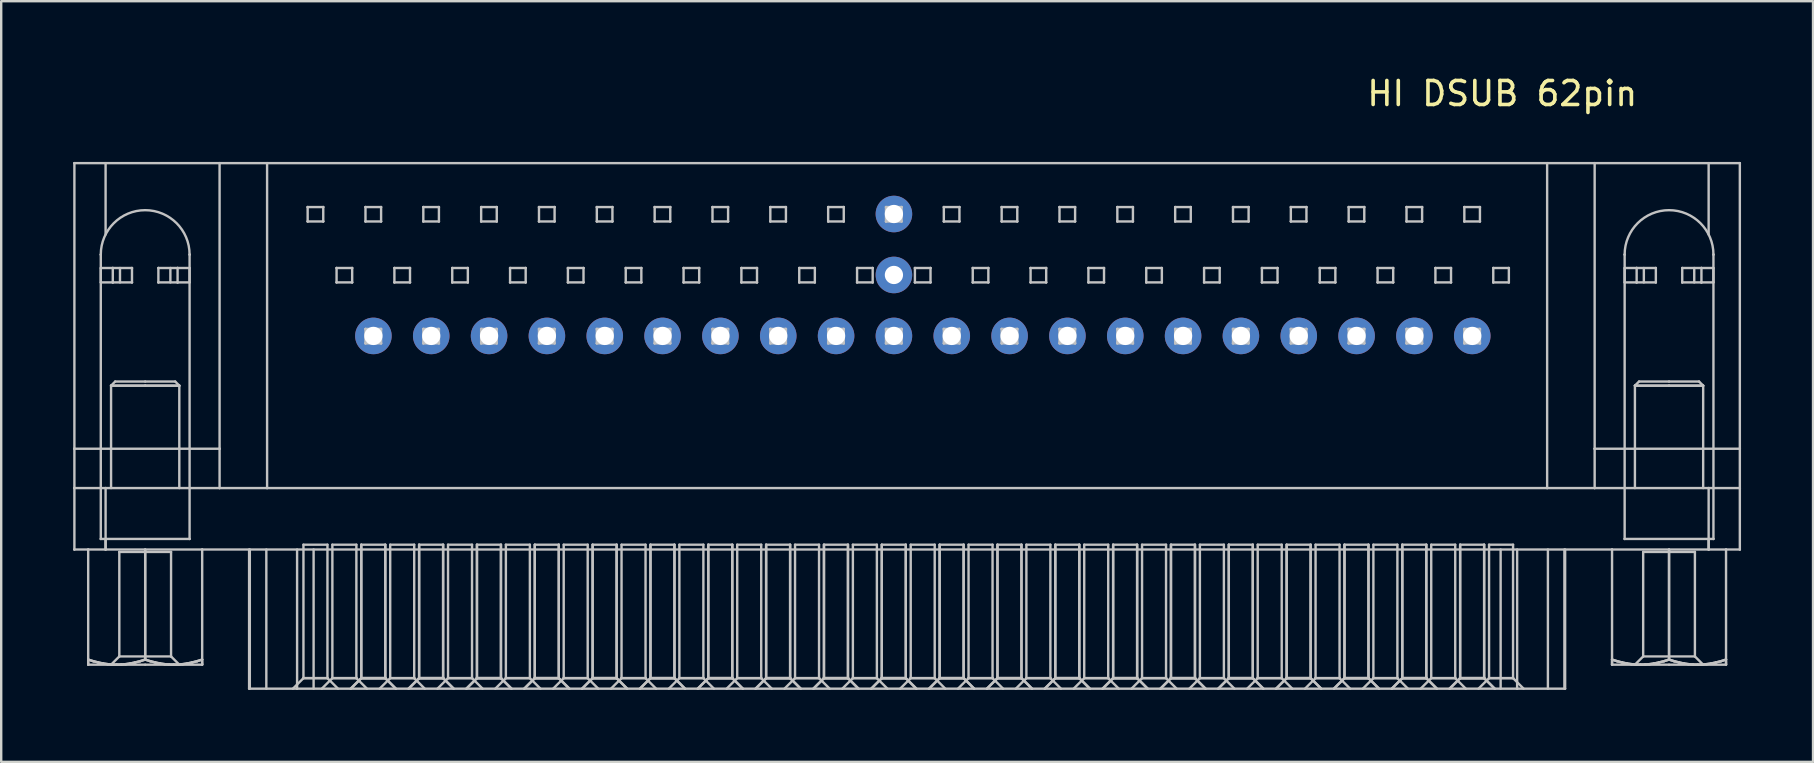
<source format=kicad_pcb>
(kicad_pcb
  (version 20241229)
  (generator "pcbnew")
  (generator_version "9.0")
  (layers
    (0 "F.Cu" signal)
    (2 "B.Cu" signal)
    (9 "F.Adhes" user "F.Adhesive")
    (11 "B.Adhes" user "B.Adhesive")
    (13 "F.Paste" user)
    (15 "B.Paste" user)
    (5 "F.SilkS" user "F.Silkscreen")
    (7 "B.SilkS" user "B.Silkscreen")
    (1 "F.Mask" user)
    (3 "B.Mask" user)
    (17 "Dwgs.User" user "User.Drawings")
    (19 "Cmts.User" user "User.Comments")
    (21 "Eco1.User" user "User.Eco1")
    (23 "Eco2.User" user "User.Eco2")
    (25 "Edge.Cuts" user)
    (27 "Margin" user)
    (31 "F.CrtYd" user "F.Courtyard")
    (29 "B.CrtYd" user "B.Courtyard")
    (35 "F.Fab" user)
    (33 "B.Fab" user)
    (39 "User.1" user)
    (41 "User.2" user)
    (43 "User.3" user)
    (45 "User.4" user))
  (footprint "HI DSUB 62pin"
    (layer "F.Cu")
    (at 34.2 10.948)
    (property "Reference" "HI DSUB 62pin" (at 25.35 -10.1 0) (layer "F.SilkS") (effects (font (size 1 1) (thickness 0.15))))
    (attr through_hole)
    (fp_line (start -34.15 -7.2) (end -34.15 -7.2) (stroke (width 0.1) (type solid)) (layer "Dwgs.User"))
    (fp_line (start -34.15 -7.2) (end -28.1 -7.2) (stroke (width 0.1) (type solid)) (layer "Dwgs.User"))
    (fp_line (start -34.15 4.7) (end -34.15 -7.2) (stroke (width 0.1) (type solid)) (layer "Dwgs.User"))
    (fp_line (start -34.15 4.7) (end -34.15 4.7) (stroke (width 0.1) (type solid)) (layer "Dwgs.User"))
    (fp_line (start -34.15 6.34) (end -34.15 4.7) (stroke (width 0.1) (type solid)) (layer "Dwgs.User"))
    (fp_line (start -34.15 6.34) (end -34.15 6.34) (stroke (width 0.1) (type solid)) (layer "Dwgs.User"))
    (fp_line (start -34.15 6.34) (end -34.15 6.34) (stroke (width 0.1) (type solid)) (layer "Dwgs.User"))
    (fp_line (start -34.15 6.34) (end -34.15 8.9) (stroke (width 0.1) (type solid)) (layer "Dwgs.User"))
    (fp_line (start -34.15 8.9) (end -34.15 8.9) (stroke (width 0.1) (type solid)) (layer "Dwgs.User"))
    (fp_line (start -34.15 8.9) (end -32.85 8.9) (stroke (width 0.1) (type solid)) (layer "Dwgs.User"))
    (fp_line (start -33.575 8.9) (end -33.575 8.9) (stroke (width 0.1) (type solid)) (layer "Dwgs.User"))
    (fp_line (start -33.575 8.9) (end -33.575 13.488) (stroke (width 0.1) (type solid)) (layer "Dwgs.User"))
    (fp_line (start -33.575 13.488) (end -33.575 13.554) (stroke (width 0.1) (type solid)) (layer "Dwgs.User"))
    (fp_line (start -33.575 13.488) (end -33.361 13.554) (stroke (width 0.1) (type solid)) (layer "Dwgs.User"))
    (fp_line (start -33.575 13.554) (end -33.575 13.607) (stroke (width 0.1) (type solid)) (layer "Dwgs.User"))
    (fp_line (start -33.575 13.607) (end -33.575 13.648) (stroke (width 0.1) (type solid)) (layer "Dwgs.User"))
    (fp_line (start -33.575 13.648) (end -33.575 13.677) (stroke (width 0.1) (type solid)) (layer "Dwgs.User"))
    (fp_line (start -33.575 13.677) (end -33.575 13.694) (stroke (width 0.1) (type solid)) (layer "Dwgs.User"))
    (fp_line (start -33.575 13.694) (end -33.575 13.7) (stroke (width 0.1) (type solid)) (layer "Dwgs.User"))
    (fp_line (start -33.575 13.7) (end -32.387 13.7) (stroke (width 0.1) (type solid)) (layer "Dwgs.User"))
    (fp_line (start -33.361 13.554) (end -33.575 13.488) (stroke (width 0.1) (type solid)) (layer "Dwgs.User"))
    (fp_line (start -33.361 13.554) (end -33.157 13.607) (stroke (width 0.1) (type solid)) (layer "Dwgs.User"))
    (fp_line (start -33.157 13.607) (end -33.361 13.554) (stroke (width 0.1) (type solid)) (layer "Dwgs.User"))
    (fp_line (start -33.157 13.607) (end -32.96 13.648) (stroke (width 0.1) (type solid)) (layer "Dwgs.User"))
    (fp_line (start -33.05 -3.39) (end -33.05 -3.39) (stroke (width 0.1) (type solid)) (layer "Dwgs.User"))
    (fp_line (start -33.05 -2.83) (end -33.05 -2.23) (stroke (width 0.1) (type solid)) (layer "Dwgs.User"))
    (fp_line (start -33.05 -2.83) (end -32.55 -2.83) (stroke (width 0.1) (type solid)) (layer "Dwgs.User"))
    (fp_line (start -33.05 -2.23) (end -32.55 -2.23) (stroke (width 0.1) (type solid)) (layer "Dwgs.User"))
    (fp_line (start -33.05 8.46) (end -33.05 -3.39) (stroke (width 0.1) (type solid)) (layer "Dwgs.User"))
    (fp_line (start -33.05 8.46) (end -33.05 8.46) (stroke (width 0.1) (type solid)) (layer "Dwgs.User"))
    (fp_line (start -32.96 13.648) (end -33.157 13.607) (stroke (width 0.1) (type solid)) (layer "Dwgs.User"))
    (fp_line (start -32.96 13.648) (end -32.767 13.677) (stroke (width 0.1) (type solid)) (layer "Dwgs.User"))
    (fp_line (start -32.85 -7.2) (end -32.85 -4.227) (stroke (width 0.1) (type solid)) (layer "Dwgs.User"))
    (fp_line (start -32.85 6.34) (end -34.15 6.34) (stroke (width 0.1) (type solid)) (layer "Dwgs.User"))
    (fp_line (start -32.85 6.34) (end -32.85 8.9) (stroke (width 0.1) (type solid)) (layer "Dwgs.User"))
    (fp_line (start -32.85 8.46) (end -32.85 8.9) (stroke (width 0.1) (type solid)) (layer "Dwgs.User"))
    (fp_line (start -32.85 8.9) (end 33.95 8.9) (stroke (width 0.1) (type solid)) (layer "Dwgs.User"))
    (fp_line (start -32.767 13.677) (end -32.96 13.648) (stroke (width 0.1) (type solid)) (layer "Dwgs.User"))
    (fp_line (start -32.767 13.677) (end -32.577 13.694) (stroke (width 0.1) (type solid)) (layer "Dwgs.User"))
    (fp_line (start -32.622 2.072) (end -32.622 4.7) (stroke (width 0.1) (type solid)) (layer "Dwgs.User"))
    (fp_line (start -32.622 4.7) (end -32.622 6.34) (stroke (width 0.1) (type solid)) (layer "Dwgs.User"))
    (fp_line (start -32.577 13.694) (end -32.767 13.677) (stroke (width 0.1) (type solid)) (layer "Dwgs.User"))
    (fp_line (start -32.577 13.694) (end -32.387 13.7) (stroke (width 0.1) (type solid)) (layer "Dwgs.User"))
    (fp_line (start -32.55 -2.83) (end -32.55 -2.83) (stroke (width 0.1) (type solid)) (layer "Dwgs.User"))
    (fp_line (start -32.55 -2.83) (end -32.55 -2.23) (stroke (width 0.1) (type solid)) (layer "Dwgs.User"))
    (fp_line (start -32.55 -2.23) (end -32.55 -2.23) (stroke (width 0.1) (type solid)) (layer "Dwgs.User"))
    (fp_line (start -32.55 -2.23) (end -31.75 -2.23) (stroke (width 0.1) (type solid)) (layer "Dwgs.User"))
    (fp_line (start -32.45 1.9) (end -32.622 2.072) (stroke (width 0.1) (type solid)) (layer "Dwgs.User"))
    (fp_line (start -32.387 13.7) (end -32.577 13.694) (stroke (width 0.1) (type solid)) (layer "Dwgs.User"))
    (fp_line (start -32.387 13.7) (end -32.198 13.694) (stroke (width 0.1) (type solid)) (layer "Dwgs.User"))
    (fp_line (start -32.387 13.7) (end -31.2 13.7) (stroke (width 0.1) (type solid)) (layer "Dwgs.User"))
    (fp_line (start -32.278 13.356) (end -32.622 13.7) (stroke (width 0.1) (type solid)) (layer "Dwgs.User"))
    (fp_line (start -32.278 9) (end -32.278 13.356) (stroke (width 0.1) (type solid)) (layer "Dwgs.User"))
    (fp_line (start -32.278 9) (end -31.2 9) (stroke (width 0.1) (type solid)) (layer "Dwgs.User"))
    (fp_line (start -32.25 -2.83) (end -32.25 -2.23) (stroke (width 0.1) (type solid)) (layer "Dwgs.User"))
    (fp_line (start -32.198 13.694) (end -32.387 13.7) (stroke (width 0.1) (type solid)) (layer "Dwgs.User"))
    (fp_line (start -32.198 13.694) (end -32.008 13.677) (stroke (width 0.1) (type solid)) (layer "Dwgs.User"))
    (fp_line (start -32.008 13.677) (end -32.198 13.694) (stroke (width 0.1) (type solid)) (layer "Dwgs.User"))
    (fp_line (start -32.008 13.677) (end -31.815 13.648) (stroke (width 0.1) (type solid)) (layer "Dwgs.User"))
    (fp_line (start -31.815 13.648) (end -32.008 13.677) (stroke (width 0.1) (type solid)) (layer "Dwgs.User"))
    (fp_line (start -31.815 13.648) (end -31.618 13.607) (stroke (width 0.1) (type solid)) (layer "Dwgs.User"))
    (fp_line (start -31.75 -2.83) (end -32.55 -2.83) (stroke (width 0.1) (type solid)) (layer "Dwgs.User"))
    (fp_line (start -31.75 -2.83) (end -31.75 -2.83) (stroke (width 0.1) (type solid)) (layer "Dwgs.User"))
    (fp_line (start -31.75 -2.23) (end -31.75 -2.83) (stroke (width 0.1) (type solid)) (layer "Dwgs.User"))
    (fp_line (start -31.75 -2.23) (end -31.75 -2.23) (stroke (width 0.1) (type solid)) (layer "Dwgs.User"))
    (fp_line (start -31.618 13.607) (end -31.815 13.648) (stroke (width 0.1) (type solid)) (layer "Dwgs.User"))
    (fp_line (start -31.618 13.607) (end -31.414 13.554) (stroke (width 0.1) (type solid)) (layer "Dwgs.User"))
    (fp_line (start -31.414 13.554) (end -31.618 13.607) (stroke (width 0.1) (type solid)) (layer "Dwgs.User"))
    (fp_line (start -31.414 13.554) (end -31.2 13.488) (stroke (width 0.1) (type solid)) (layer "Dwgs.User"))
    (fp_line (start -31.2 1.9) (end -32.45 1.9) (stroke (width 0.1) (type solid)) (layer "Dwgs.User"))
    (fp_line (start -31.2 1.9) (end -29.95 1.9) (stroke (width 0.1) (type solid)) (layer "Dwgs.User"))
    (fp_line (start -31.2 2.072) (end -32.622 2.072) (stroke (width 0.1) (type solid)) (layer "Dwgs.User"))
    (fp_line (start -31.2 2.072) (end -32.622 2.072) (stroke (width 0.1) (type solid)) (layer "Dwgs.User"))
    (fp_line (start -31.2 2.072) (end -29.778 2.072) (stroke (width 0.1) (type solid)) (layer "Dwgs.User"))
    (fp_line (start -31.2 8.9) (end -31.2 13.488) (stroke (width 0.1) (type solid)) (layer "Dwgs.User"))
    (fp_line (start -31.2 8.9) (end -31.2 13.488) (stroke (width 0.1) (type solid)) (layer "Dwgs.User"))
    (fp_line (start -31.2 9) (end -30.122 9) (stroke (width 0.1) (type solid)) (layer "Dwgs.User"))
    (fp_line (start -31.2 13.356) (end -32.278 13.356) (stroke (width 0.1) (type solid)) (layer "Dwgs.User"))
    (fp_line (start -31.2 13.488) (end -31.414 13.554) (stroke (width 0.1) (type solid)) (layer "Dwgs.User"))
    (fp_line (start -31.2 13.488) (end -30.986 13.554) (stroke (width 0.1) (type solid)) (layer "Dwgs.User"))
    (fp_line (start -31.2 13.7) (end -30.012 13.7) (stroke (width 0.1) (type solid)) (layer "Dwgs.User"))
    (fp_line (start -30.986 13.554) (end -31.2 13.488) (stroke (width 0.1) (type solid)) (layer "Dwgs.User"))
    (fp_line (start -30.986 13.554) (end -30.782 13.607) (stroke (width 0.1) (type solid)) (layer "Dwgs.User"))
    (fp_line (start -30.782 13.607) (end -30.986 13.554) (stroke (width 0.1) (type solid)) (layer "Dwgs.User"))
    (fp_line (start -30.782 13.607) (end -30.585 13.648) (stroke (width 0.1) (type solid)) (layer "Dwgs.User"))
    (fp_line (start -30.65 -2.83) (end -30.65 -2.83) (stroke (width 0.1) (type solid)) (layer "Dwgs.User"))
    (fp_line (start -30.65 -2.83) (end -30.65 -2.23) (stroke (width 0.1) (type solid)) (layer "Dwgs.User"))
    (fp_line (start -30.65 -2.23) (end -30.65 -2.23) (stroke (width 0.1) (type solid)) (layer "Dwgs.User"))
    (fp_line (start -30.65 -2.23) (end -29.85 -2.23) (stroke (width 0.1) (type solid)) (layer "Dwgs.User"))
    (fp_line (start -30.585 13.648) (end -30.782 13.607) (stroke (width 0.1) (type solid)) (layer "Dwgs.User"))
    (fp_line (start -30.585 13.648) (end -30.392 13.677) (stroke (width 0.1) (type solid)) (layer "Dwgs.User"))
    (fp_line (start -30.392 13.677) (end -30.585 13.648) (stroke (width 0.1) (type solid)) (layer "Dwgs.User"))
    (fp_line (start -30.392 13.677) (end -30.202 13.694) (stroke (width 0.1) (type solid)) (layer "Dwgs.User"))
    (fp_line (start -30.202 13.694) (end -30.392 13.677) (stroke (width 0.1) (type solid)) (layer "Dwgs.User"))
    (fp_line (start -30.202 13.694) (end -30.012 13.7) (stroke (width 0.1) (type solid)) (layer "Dwgs.User"))
    (fp_line (start -30.15 -2.83) (end -30.15 -2.23) (stroke (width 0.1) (type solid)) (layer "Dwgs.User"))
    (fp_line (start -30.122 13.356) (end -31.2 13.356) (stroke (width 0.1) (type solid)) (layer "Dwgs.User"))
    (fp_line (start -30.122 13.356) (end -30.122 9) (stroke (width 0.1) (type solid)) (layer "Dwgs.User"))
    (fp_line (start -30.012 13.7) (end -30.202 13.694) (stroke (width 0.1) (type solid)) (layer "Dwgs.User"))
    (fp_line (start -30.012 13.7) (end -29.823 13.694) (stroke (width 0.1) (type solid)) (layer "Dwgs.User"))
    (fp_line (start -29.85 -2.83) (end -30.65 -2.83) (stroke (width 0.1) (type solid)) (layer "Dwgs.User"))
    (fp_line (start -29.85 -2.83) (end -29.85 -2.83) (stroke (width 0.1) (type solid)) (layer "Dwgs.User"))
    (fp_line (start -29.85 -2.23) (end -29.85 -2.83) (stroke (width 0.1) (type solid)) (layer "Dwgs.User"))
    (fp_line (start -29.85 -2.23) (end -29.85 -2.23) (stroke (width 0.1) (type solid)) (layer "Dwgs.User"))
    (fp_line (start -29.85 -2.23) (end -29.35 -2.23) (stroke (width 0.1) (type solid)) (layer "Dwgs.User"))
    (fp_line (start -29.823 13.694) (end -30.012 13.7) (stroke (width 0.1) (type solid)) (layer "Dwgs.User"))
    (fp_line (start -29.823 13.694) (end -29.633 13.677) (stroke (width 0.1) (type solid)) (layer "Dwgs.User"))
    (fp_line (start -29.778 2.072) (end -31.2 2.072) (stroke (width 0.1) (type solid)) (layer "Dwgs.User"))
    (fp_line (start -29.778 2.072) (end -29.95 1.9) (stroke (width 0.1) (type solid)) (layer "Dwgs.User"))
    (fp_line (start -29.778 4.7) (end -29.778 2.072) (stroke (width 0.1) (type solid)) (layer "Dwgs.User"))
    (fp_line (start -29.778 6.34) (end -29.778 4.7) (stroke (width 0.1) (type solid)) (layer "Dwgs.User"))
    (fp_line (start -29.778 13.7) (end -30.122 13.356) (stroke (width 0.1) (type solid)) (layer "Dwgs.User"))
    (fp_line (start -29.633 13.677) (end -29.823 13.694) (stroke (width 0.1) (type solid)) (layer "Dwgs.User"))
    (fp_line (start -29.633 13.677) (end -29.44 13.648) (stroke (width 0.1) (type solid)) (layer "Dwgs.User"))
    (fp_line (start -29.44 13.648) (end -29.633 13.677) (stroke (width 0.1) (type solid)) (layer "Dwgs.User"))
    (fp_line (start -29.44 13.648) (end -29.243 13.607) (stroke (width 0.1) (type solid)) (layer "Dwgs.User"))
    (fp_line (start -29.35 -3.39) (end -29.35 -3.39) (stroke (width 0.1) (type solid)) (layer "Dwgs.User"))
    (fp_line (start -29.35 -3.39) (end -29.35 8.46) (stroke (width 0.1) (type solid)) (layer "Dwgs.User"))
    (fp_line (start -29.35 -2.83) (end -29.85 -2.83) (stroke (width 0.1) (type solid)) (layer "Dwgs.User"))
    (fp_line (start -29.35 -2.83) (end -29.35 -2.23) (stroke (width 0.1) (type solid)) (layer "Dwgs.User"))
    (fp_line (start -29.35 8.46) (end -33.05 8.46) (stroke (width 0.1) (type solid)) (layer "Dwgs.User"))
    (fp_line (start -29.35 8.46) (end -29.35 8.46) (stroke (width 0.1) (type solid)) (layer "Dwgs.User"))
    (fp_line (start -29.243 13.607) (end -29.44 13.648) (stroke (width 0.1) (type solid)) (layer "Dwgs.User"))
    (fp_line (start -29.243 13.607) (end -29.039 13.554) (stroke (width 0.1) (type solid)) (layer "Dwgs.User"))
    (fp_line (start -29.039 13.554) (end -29.243 13.607) (stroke (width 0.1) (type solid)) (layer "Dwgs.User"))
    (fp_line (start -29.039 13.554) (end -28.825 13.488) (stroke (width 0.1) (type solid)) (layer "Dwgs.User"))
    (fp_line (start -28.825 8.9) (end -28.825 8.9) (stroke (width 0.1) (type solid)) (layer "Dwgs.User"))
    (fp_line (start -28.825 8.9) (end -28.825 13.488) (stroke (width 0.1) (type solid)) (layer "Dwgs.User"))
    (fp_line (start -28.825 13.488) (end -29.039 13.554) (stroke (width 0.1) (type solid)) (layer "Dwgs.User"))
    (fp_line (start -28.825 13.554) (end -28.825 13.488) (stroke (width 0.1) (type solid)) (layer "Dwgs.User"))
    (fp_line (start -28.825 13.607) (end -28.825 13.554) (stroke (width 0.1) (type solid)) (layer "Dwgs.User"))
    (fp_line (start -28.825 13.648) (end -28.825 13.607) (stroke (width 0.1) (type solid)) (layer "Dwgs.User"))
    (fp_line (start -28.825 13.677) (end -28.825 13.648) (stroke (width 0.1) (type solid)) (layer "Dwgs.User"))
    (fp_line (start -28.825 13.694) (end -28.825 13.677) (stroke (width 0.1) (type solid)) (layer "Dwgs.User"))
    (fp_line (start -28.825 13.7) (end -30.012 13.7) (stroke (width 0.1) (type solid)) (layer "Dwgs.User"))
    (fp_line (start -28.825 13.7) (end -28.825 13.694) (stroke (width 0.1) (type solid)) (layer "Dwgs.User"))
    (fp_line (start -28.1 -7.2) (end -28.1 -7.2) (stroke (width 0.1) (type solid)) (layer "Dwgs.User"))
    (fp_line (start -28.1 -7.2) (end -28.1 4.7) (stroke (width 0.1) (type solid)) (layer "Dwgs.User"))
    (fp_line (start -28.1 -7.2) (end 29.2 -7.2) (stroke (width 0.1) (type solid)) (layer "Dwgs.User"))
    (fp_line (start -28.1 4.7) (end -34.15 4.7) (stroke (width 0.1) (type solid)) (layer "Dwgs.User"))
    (fp_line (start -28.1 4.7) (end -28.1 4.7) (stroke (width 0.1) (type solid)) (layer "Dwgs.User"))
    (fp_line (start -28.1 6.34) (end -28.1 4.7) (stroke (width 0.1) (type solid)) (layer "Dwgs.User"))
    (fp_line (start -28.1 6.34) (end -28.1 6.34) (stroke (width 0.1) (type solid)) (layer "Dwgs.User"))
    (fp_line (start -26.87 8.9) (end -26.87 14.7) (stroke (width 0.1) (type solid)) (layer "Dwgs.User"))
    (fp_line (start -26.87 14.7) (end -24.87 14.7) (stroke (width 0.1) (type solid)) (layer "Dwgs.User"))
    (fp_line (start -26.84 8.9) (end -26.84 14.7) (stroke (width 0.1) (type solid)) (layer "Dwgs.User"))
    (fp_line (start -26.152 8.9) (end -26.152 14.7) (stroke (width 0.1) (type solid)) (layer "Dwgs.User"))
    (fp_line (start -26.12 -7.2) (end -26.12 -7.2) (stroke (width 0.1) (type solid)) (layer "Dwgs.User"))
    (fp_line (start -26.12 6.34) (end -26.12 -7.2) (stroke (width 0.1) (type solid)) (layer "Dwgs.User"))
    (fp_line (start -26.12 6.34) (end -26.12 6.34) (stroke (width 0.1) (type solid)) (layer "Dwgs.User"))
    (fp_line (start -25.045 14.7) (end -24.605 14.26) (stroke (width 0.1) (type solid)) (layer "Dwgs.User"))
    (fp_line (start -24.87 8.9) (end -24.87 14.7) (stroke (width 0.1) (type solid)) (layer "Dwgs.User"))
    (fp_line (start -24.87 14.7) (end 25.97 14.7) (stroke (width 0.1) (type solid)) (layer "Dwgs.User"))
    (fp_line (start -24.605 14.26) (end -24.605 8.7) (stroke (width 0.1) (type solid)) (layer "Dwgs.User"))
    (fp_line (start -24.605 14.26) (end -23.605 14.26) (stroke (width 0.1) (type solid)) (layer "Dwgs.User"))
    (fp_line (start -24.43 -5.37) (end -24.43 -5.37) (stroke (width 0.1) (type solid)) (layer "Dwgs.User"))
    (fp_line (start -24.43 -5.37) (end -24.43 -4.77) (stroke (width 0.1) (type solid)) (layer "Dwgs.User"))
    (fp_line (start -24.43 -4.77) (end -24.43 -4.77) (stroke (width 0.1) (type solid)) (layer "Dwgs.User"))
    (fp_line (start -24.43 -4.77) (end -23.78 -4.77) (stroke (width 0.1) (type solid)) (layer "Dwgs.User"))
    (fp_line (start -24.182 8.9) (end -24.182 14.7) (stroke (width 0.1) (type solid)) (layer "Dwgs.User"))
    (fp_line (start -23.84 14.7) (end -23.4 14.26) (stroke (width 0.1) (type solid)) (layer "Dwgs.User"))
    (fp_line (start -23.78 -5.37) (end -24.43 -5.37) (stroke (width 0.1) (type solid)) (layer "Dwgs.User"))
    (fp_line (start -23.78 -5.37) (end -23.78 -5.37) (stroke (width 0.1) (type solid)) (layer "Dwgs.User"))
    (fp_line (start -23.78 -4.77) (end -23.78 -5.37) (stroke (width 0.1) (type solid)) (layer "Dwgs.User"))
    (fp_line (start -23.78 -4.77) (end -23.78 -4.77) (stroke (width 0.1) (type solid)) (layer "Dwgs.User"))
    (fp_line (start -23.605 8.7) (end -23.605 14.26) (stroke (width 0.1) (type solid)) (layer "Dwgs.User"))
    (fp_line (start -23.605 14.26) (end -23.165 14.7) (stroke (width 0.1) (type solid)) (layer "Dwgs.User"))
    (fp_line (start -23.605 8.7) (end -24.605 8.7) (stroke (width 0.1) (type solid)) (layer "Dwgs.User"))
    (fp_line (start -23.605 14.26) (end -24.605 14.26) (stroke (width 0.1) (type solid)) (layer "Dwgs.User"))
    (fp_line (start -23.4 14.26) (end -23.4 8.7) (stroke (width 0.1) (type solid)) (layer "Dwgs.User"))
    (fp_line (start -23.4 14.26) (end -22.4 14.26) (stroke (width 0.1) (type solid)) (layer "Dwgs.User"))
    (fp_line (start -23.4 14.26) (end -22.4 14.26) (stroke (width 0.1) (type solid)) (layer "Dwgs.User"))
    (fp_line (start -23.225 -2.83) (end -23.225 -2.83) (stroke (width 0.1) (type solid)) (layer "Dwgs.User"))
    (fp_line (start -23.225 -2.83) (end -23.225 -2.23) (stroke (width 0.1) (type solid)) (layer "Dwgs.User"))
    (fp_line (start -23.225 -2.23) (end -23.225 -2.23) (stroke (width 0.1) (type solid)) (layer "Dwgs.User"))
    (fp_line (start -23.225 -2.23) (end -22.575 -2.23) (stroke (width 0.1) (type solid)) (layer "Dwgs.User"))
    (fp_line (start -22.635 14.7) (end -22.195 14.26) (stroke (width 0.1) (type solid)) (layer "Dwgs.User"))
    (fp_line (start -22.635 14.7) (end -22.195 14.26) (stroke (width 0.1) (type solid)) (layer "Dwgs.User"))
    (fp_line (start -22.575 -2.83) (end -23.225 -2.83) (stroke (width 0.1) (type solid)) (layer "Dwgs.User"))
    (fp_line (start -22.575 -2.83) (end -22.575 -2.83) (stroke (width 0.1) (type solid)) (layer "Dwgs.User"))
    (fp_line (start -22.575 -2.23) (end -22.575 -2.83) (stroke (width 0.1) (type solid)) (layer "Dwgs.User"))
    (fp_line (start -22.575 -2.23) (end -22.575 -2.23) (stroke (width 0.1) (type solid)) (layer "Dwgs.User"))
    (fp_line (start -22.4 8.7) (end -22.4 14.26) (stroke (width 0.1) (type solid)) (layer "Dwgs.User"))
    (fp_line (start -22.4 14.26) (end -21.96 14.7) (stroke (width 0.1) (type solid)) (layer "Dwgs.User"))
    (fp_line (start -22.4 8.7) (end -23.4 8.7) (stroke (width 0.1) (type solid)) (layer "Dwgs.User"))
    (fp_line (start -22.195 14.26) (end -22.195 8.7) (stroke (width 0.1) (type solid)) (layer "Dwgs.User"))
    (fp_line (start -22.195 14.26) (end -22.195 8.7) (stroke (width 0.1) (type solid)) (layer "Dwgs.User"))
    (fp_line (start -22.195 14.26) (end -21.195 14.26) (stroke (width 0.1) (type solid)) (layer "Dwgs.User"))
    (fp_line (start -22.195 14.26) (end -21.195 14.26) (stroke (width 0.1) (type solid)) (layer "Dwgs.User"))
    (fp_line (start -22.195 14.26) (end -21.195 14.26) (stroke (width 0.1) (type solid)) (layer "Dwgs.User"))
    (fp_line (start -22.02 -5.37) (end -22.02 -5.37) (stroke (width 0.1) (type solid)) (layer "Dwgs.User"))
    (fp_line (start -22.02 -5.37) (end -22.02 -4.77) (stroke (width 0.1) (type solid)) (layer "Dwgs.User"))
    (fp_line (start -22.02 -4.77) (end -22.02 -4.77) (stroke (width 0.1) (type solid)) (layer "Dwgs.User"))
    (fp_line (start -22.02 -4.77) (end -21.37 -4.77) (stroke (width 0.1) (type solid)) (layer "Dwgs.User"))
    (fp_line (start -22.02 -0.29) (end -22.02 -0.29) (stroke (width 0.1) (type solid)) (layer "Dwgs.User"))
    (fp_line (start -22.02 -0.29) (end -22.02 0.31) (stroke (width 0.1) (type solid)) (layer "Dwgs.User"))
    (fp_line (start -22.02 0.31) (end -22.02 0.31) (stroke (width 0.1) (type solid)) (layer "Dwgs.User"))
    (fp_line (start -22.02 0.31) (end -21.37 0.31) (stroke (width 0.1) (type solid)) (layer "Dwgs.User"))
    (fp_line (start -21.43 14.7) (end -20.99 14.26) (stroke (width 0.1) (type solid)) (layer "Dwgs.User"))
    (fp_line (start -21.37 -5.37) (end -22.02 -5.37) (stroke (width 0.1) (type solid)) (layer "Dwgs.User"))
    (fp_line (start -21.37 -5.37) (end -21.37 -5.37) (stroke (width 0.1) (type solid)) (layer "Dwgs.User"))
    (fp_line (start -21.37 -4.77) (end -21.37 -5.37) (stroke (width 0.1) (type solid)) (layer "Dwgs.User"))
    (fp_line (start -21.37 -4.77) (end -21.37 -4.77) (stroke (width 0.1) (type solid)) (layer "Dwgs.User"))
    (fp_line (start -21.37 -0.29) (end -22.02 -0.29) (stroke (width 0.1) (type solid)) (layer "Dwgs.User"))
    (fp_line (start -21.37 -0.29) (end -21.37 -0.29) (stroke (width 0.1) (type solid)) (layer "Dwgs.User"))
    (fp_line (start -21.37 0.31) (end -21.37 -0.29) (stroke (width 0.1) (type solid)) (layer "Dwgs.User"))
    (fp_line (start -21.37 0.31) (end -21.37 0.31) (stroke (width 0.1) (type solid)) (layer "Dwgs.User"))
    (fp_line (start -21.195 8.7) (end -21.195 14.26) (stroke (width 0.1) (type solid)) (layer "Dwgs.User"))
    (fp_line (start -21.195 8.7) (end -21.195 14.26) (stroke (width 0.1) (type solid)) (layer "Dwgs.User"))
    (fp_line (start -21.195 14.26) (end -20.755 14.7) (stroke (width 0.1) (type solid)) (layer "Dwgs.User"))
    (fp_line (start -21.195 14.26) (end -20.755 14.7) (stroke (width 0.1) (type solid)) (layer "Dwgs.User"))
    (fp_line (start -21.195 8.7) (end -22.195 8.7) (stroke (width 0.1) (type solid)) (layer "Dwgs.User"))
    (fp_line (start -21.195 14.26) (end -22.195 14.26) (stroke (width 0.1) (type solid)) (layer "Dwgs.User"))
    (fp_line (start -20.99 14.26) (end -20.99 8.7) (stroke (width 0.1) (type solid)) (layer "Dwgs.User"))
    (fp_line (start -20.99 14.26) (end -19.99 14.26) (stroke (width 0.1) (type solid)) (layer "Dwgs.User"))
    (fp_line (start -20.99 14.26) (end -19.99 14.26) (stroke (width 0.1) (type solid)) (layer "Dwgs.User"))
    (fp_line (start -20.815 -2.83) (end -20.815 -2.83) (stroke (width 0.1) (type solid)) (layer "Dwgs.User"))
    (fp_line (start -20.815 -2.83) (end -20.815 -2.23) (stroke (width 0.1) (type solid)) (layer "Dwgs.User"))
    (fp_line (start -20.815 -2.23) (end -20.815 -2.23) (stroke (width 0.1) (type solid)) (layer "Dwgs.User"))
    (fp_line (start -20.815 -2.23) (end -20.165 -2.23) (stroke (width 0.1) (type solid)) (layer "Dwgs.User"))
    (fp_line (start -20.225 14.7) (end -19.785 14.26) (stroke (width 0.1) (type solid)) (layer "Dwgs.User"))
    (fp_line (start -20.225 14.7) (end -19.785 14.26) (stroke (width 0.1) (type solid)) (layer "Dwgs.User"))
    (fp_line (start -20.165 -2.83) (end -20.815 -2.83) (stroke (width 0.1) (type solid)) (layer "Dwgs.User"))
    (fp_line (start -20.165 -2.83) (end -20.165 -2.83) (stroke (width 0.1) (type solid)) (layer "Dwgs.User"))
    (fp_line (start -20.165 -2.23) (end -20.165 -2.83) (stroke (width 0.1) (type solid)) (layer "Dwgs.User"))
    (fp_line (start -20.165 -2.23) (end -20.165 -2.23) (stroke (width 0.1) (type solid)) (layer "Dwgs.User"))
    (fp_line (start -19.99 8.7) (end -19.99 14.26) (stroke (width 0.1) (type solid)) (layer "Dwgs.User"))
    (fp_line (start -19.99 14.26) (end -19.55 14.7) (stroke (width 0.1) (type solid)) (layer "Dwgs.User"))
    (fp_line (start -19.99 8.7) (end -20.99 8.7) (stroke (width 0.1) (type solid)) (layer "Dwgs.User"))
    (fp_line (start -19.785 14.26) (end -18.785 14.26) (stroke (width 0.1) (type solid)) (layer "Dwgs.User"))
    (fp_line (start -19.785 14.26) (end -18.785 14.26) (stroke (width 0.1) (type solid)) (layer "Dwgs.User"))
    (fp_line (start -19.785 14.26) (end -18.785 14.26) (stroke (width 0.1) (type solid)) (layer "Dwgs.User"))
    (fp_line (start -19.785 14.26) (end -19.785 8.7) (stroke (width 0.1) (type solid)) (layer "Dwgs.User"))
    (fp_line (start -19.785 14.26) (end -19.785 8.7) (stroke (width 0.1) (type solid)) (layer "Dwgs.User"))
    (fp_line (start -19.61 -5.37) (end -19.61 -5.37) (stroke (width 0.1) (type solid)) (layer "Dwgs.User"))
    (fp_line (start -19.61 -5.37) (end -19.61 -4.77) (stroke (width 0.1) (type solid)) (layer "Dwgs.User"))
    (fp_line (start -19.61 -4.77) (end -19.61 -4.77) (stroke (width 0.1) (type solid)) (layer "Dwgs.User"))
    (fp_line (start -19.61 -4.77) (end -18.96 -4.77) (stroke (width 0.1) (type solid)) (layer "Dwgs.User"))
    (fp_line (start -19.61 -0.29) (end -19.61 -0.29) (stroke (width 0.1) (type solid)) (layer "Dwgs.User"))
    (fp_line (start -19.61 -0.29) (end -19.61 0.31) (stroke (width 0.1) (type solid)) (layer "Dwgs.User"))
    (fp_line (start -19.61 0.31) (end -19.61 0.31) (stroke (width 0.1) (type solid)) (layer "Dwgs.User"))
    (fp_line (start -19.61 0.31) (end -18.96 0.31) (stroke (width 0.1) (type solid)) (layer "Dwgs.User"))
    (fp_line (start -19.02 14.7) (end -18.58 14.26) (stroke (width 0.1) (type solid)) (layer "Dwgs.User"))
    (fp_line (start -18.96 -5.37) (end -19.61 -5.37) (stroke (width 0.1) (type solid)) (layer "Dwgs.User"))
    (fp_line (start -18.96 -5.37) (end -18.96 -5.37) (stroke (width 0.1) (type solid)) (layer "Dwgs.User"))
    (fp_line (start -18.96 -4.77) (end -18.96 -5.37) (stroke (width 0.1) (type solid)) (layer "Dwgs.User"))
    (fp_line (start -18.96 -4.77) (end -18.96 -4.77) (stroke (width 0.1) (type solid)) (layer "Dwgs.User"))
    (fp_line (start -18.96 -0.29) (end -19.61 -0.29) (stroke (width 0.1) (type solid)) (layer "Dwgs.User"))
    (fp_line (start -18.96 -0.29) (end -18.96 -0.29) (stroke (width 0.1) (type solid)) (layer "Dwgs.User"))
    (fp_line (start -18.96 0.31) (end -18.96 -0.29) (stroke (width 0.1) (type solid)) (layer "Dwgs.User"))
    (fp_line (start -18.96 0.31) (end -18.96 0.31) (stroke (width 0.1) (type solid)) (layer "Dwgs.User"))
    (fp_line (start -18.785 8.7) (end -19.785 8.7) (stroke (width 0.1) (type solid)) (layer "Dwgs.User"))
    (fp_line (start -18.785 14.26) (end -19.785 14.26) (stroke (width 0.1) (type solid)) (layer "Dwgs.User"))
    (fp_line (start -18.785 8.7) (end -18.785 14.26) (stroke (width 0.1) (type solid)) (layer "Dwgs.User"))
    (fp_line (start -18.785 8.7) (end -18.785 14.26) (stroke (width 0.1) (type solid)) (layer "Dwgs.User"))
    (fp_line (start -18.785 14.26) (end -18.345 14.7) (stroke (width 0.1) (type solid)) (layer "Dwgs.User"))
    (fp_line (start -18.785 14.26) (end -18.345 14.7) (stroke (width 0.1) (type solid)) (layer "Dwgs.User"))
    (fp_line (start -18.58 14.26) (end -17.58 14.26) (stroke (width 0.1) (type solid)) (layer "Dwgs.User"))
    (fp_line (start -18.58 14.26) (end -17.58 14.26) (stroke (width 0.1) (type solid)) (layer "Dwgs.User"))
    (fp_line (start -18.58 14.26) (end -18.58 8.7) (stroke (width 0.1) (type solid)) (layer "Dwgs.User"))
    (fp_line (start -18.405 -2.83) (end -18.405 -2.83) (stroke (width 0.1) (type solid)) (layer "Dwgs.User"))
    (fp_line (start -18.405 -2.83) (end -18.405 -2.23) (stroke (width 0.1) (type solid)) (layer "Dwgs.User"))
    (fp_line (start -18.405 -2.23) (end -18.405 -2.23) (stroke (width 0.1) (type solid)) (layer "Dwgs.User"))
    (fp_line (start -18.405 -2.23) (end -17.755 -2.23) (stroke (width 0.1) (type solid)) (layer "Dwgs.User"))
    (fp_line (start -17.815 14.7) (end -17.375 14.26) (stroke (width 0.1) (type solid)) (layer "Dwgs.User"))
    (fp_line (start -17.815 14.7) (end -17.375 14.26) (stroke (width 0.1) (type solid)) (layer "Dwgs.User"))
    (fp_line (start -17.755 -2.83) (end -18.405 -2.83) (stroke (width 0.1) (type solid)) (layer "Dwgs.User"))
    (fp_line (start -17.755 -2.83) (end -17.755 -2.83) (stroke (width 0.1) (type solid)) (layer "Dwgs.User"))
    (fp_line (start -17.755 -2.23) (end -17.755 -2.83) (stroke (width 0.1) (type solid)) (layer "Dwgs.User"))
    (fp_line (start -17.755 -2.23) (end -17.755 -2.23) (stroke (width 0.1) (type solid)) (layer "Dwgs.User"))
    (fp_line (start -17.58 8.7) (end -18.58 8.7) (stroke (width 0.1) (type solid)) (layer "Dwgs.User"))
    (fp_line (start -17.58 8.7) (end -17.58 14.26) (stroke (width 0.1) (type solid)) (layer "Dwgs.User"))
    (fp_line (start -17.58 14.26) (end -17.14 14.7) (stroke (width 0.1) (type solid)) (layer "Dwgs.User"))
    (fp_line (start -17.375 14.26) (end -16.375 14.26) (stroke (width 0.1) (type solid)) (layer "Dwgs.User"))
    (fp_line (start -17.375 14.26) (end -16.375 14.26) (stroke (width 0.1) (type solid)) (layer "Dwgs.User"))
    (fp_line (start -17.375 14.26) (end -16.375 14.26) (stroke (width 0.1) (type solid)) (layer "Dwgs.User"))
    (fp_line (start -17.375 14.26) (end -17.375 8.7) (stroke (width 0.1) (type solid)) (layer "Dwgs.User"))
    (fp_line (start -17.375 14.26) (end -17.375 8.7) (stroke (width 0.1) (type solid)) (layer "Dwgs.User"))
    (fp_line (start -17.2 -5.37) (end -17.2 -5.37) (stroke (width 0.1) (type solid)) (layer "Dwgs.User"))
    (fp_line (start -17.2 -5.37) (end -17.2 -4.77) (stroke (width 0.1) (type solid)) (layer "Dwgs.User"))
    (fp_line (start -17.2 -4.77) (end -17.2 -4.77) (stroke (width 0.1) (type solid)) (layer "Dwgs.User"))
    (fp_line (start -17.2 -4.77) (end -16.55 -4.77) (stroke (width 0.1) (type solid)) (layer "Dwgs.User"))
    (fp_line (start -17.2 -0.29) (end -17.2 -0.29) (stroke (width 0.1) (type solid)) (layer "Dwgs.User"))
    (fp_line (start -17.2 -0.29) (end -17.2 0.31) (stroke (width 0.1) (type solid)) (layer "Dwgs.User"))
    (fp_line (start -17.2 0.31) (end -17.2 0.31) (stroke (width 0.1) (type solid)) (layer "Dwgs.User"))
    (fp_line (start -17.2 0.31) (end -16.55 0.31) (stroke (width 0.1) (type solid)) (layer "Dwgs.User"))
    (fp_line (start -16.61 14.7) (end -16.17 14.26) (stroke (width 0.1) (type solid)) (layer "Dwgs.User"))
    (fp_line (start -16.55 -5.37) (end -17.2 -5.37) (stroke (width 0.1) (type solid)) (layer "Dwgs.User"))
    (fp_line (start -16.55 -5.37) (end -16.55 -5.37) (stroke (width 0.1) (type solid)) (layer "Dwgs.User"))
    (fp_line (start -16.55 -4.77) (end -16.55 -5.37) (stroke (width 0.1) (type solid)) (layer "Dwgs.User"))
    (fp_line (start -16.55 -4.77) (end -16.55 -4.77) (stroke (width 0.1) (type solid)) (layer "Dwgs.User"))
    (fp_line (start -16.55 -0.29) (end -17.2 -0.29) (stroke (width 0.1) (type solid)) (layer "Dwgs.User"))
    (fp_line (start -16.55 -0.29) (end -16.55 -0.29) (stroke (width 0.1) (type solid)) (layer "Dwgs.User"))
    (fp_line (start -16.55 0.31) (end -16.55 -0.29) (stroke (width 0.1) (type solid)) (layer "Dwgs.User"))
    (fp_line (start -16.55 0.31) (end -16.55 0.31) (stroke (width 0.1) (type solid)) (layer "Dwgs.User"))
    (fp_line (start -16.375 8.7) (end -17.375 8.7) (stroke (width 0.1) (type solid)) (layer "Dwgs.User"))
    (fp_line (start -16.375 14.26) (end -17.375 14.26) (stroke (width 0.1) (type solid)) (layer "Dwgs.User"))
    (fp_line (start -16.375 8.7) (end -16.375 14.26) (stroke (width 0.1) (type solid)) (layer "Dwgs.User"))
    (fp_line (start -16.375 8.7) (end -16.375 14.26) (stroke (width 0.1) (type solid)) (layer "Dwgs.User"))
    (fp_line (start -16.375 14.26) (end -15.935 14.7) (stroke (width 0.1) (type solid)) (layer "Dwgs.User"))
    (fp_line (start -16.375 14.26) (end -15.935 14.7) (stroke (width 0.1) (type solid)) (layer "Dwgs.User"))
    (fp_line (start -16.17 14.26) (end -15.17 14.26) (stroke (width 0.1) (type solid)) (layer "Dwgs.User"))
    (fp_line (start -16.17 14.26) (end -15.17 14.26) (stroke (width 0.1) (type solid)) (layer "Dwgs.User"))
    (fp_line (start -16.17 14.26) (end -16.17 8.7) (stroke (width 0.1) (type solid)) (layer "Dwgs.User"))
    (fp_line (start -15.995 -2.83) (end -15.995 -2.83) (stroke (width 0.1) (type solid)) (layer "Dwgs.User"))
    (fp_line (start -15.995 -2.83) (end -15.995 -2.23) (stroke (width 0.1) (type solid)) (layer "Dwgs.User"))
    (fp_line (start -15.995 -2.23) (end -15.995 -2.23) (stroke (width 0.1) (type solid)) (layer "Dwgs.User"))
    (fp_line (start -15.995 -2.23) (end -15.345 -2.23) (stroke (width 0.1) (type solid)) (layer "Dwgs.User"))
    (fp_line (start -15.405 14.7) (end -14.965 14.26) (stroke (width 0.1) (type solid)) (layer "Dwgs.User"))
    (fp_line (start -15.405 14.7) (end -14.965 14.26) (stroke (width 0.1) (type solid)) (layer "Dwgs.User"))
    (fp_line (start -15.345 -2.83) (end -15.995 -2.83) (stroke (width 0.1) (type solid)) (layer "Dwgs.User"))
    (fp_line (start -15.345 -2.83) (end -15.345 -2.83) (stroke (width 0.1) (type solid)) (layer "Dwgs.User"))
    (fp_line (start -15.345 -2.23) (end -15.345 -2.83) (stroke (width 0.1) (type solid)) (layer "Dwgs.User"))
    (fp_line (start -15.345 -2.23) (end -15.345 -2.23) (stroke (width 0.1) (type solid)) (layer "Dwgs.User"))
    (fp_line (start -15.17 8.7) (end -16.17 8.7) (stroke (width 0.1) (type solid)) (layer "Dwgs.User"))
    (fp_line (start -15.17 8.7) (end -15.17 14.26) (stroke (width 0.1) (type solid)) (layer "Dwgs.User"))
    (fp_line (start -15.17 14.26) (end -14.73 14.7) (stroke (width 0.1) (type solid)) (layer "Dwgs.User"))
    (fp_line (start -14.965 14.26) (end -14.965 8.7) (stroke (width 0.1) (type solid)) (layer "Dwgs.User"))
    (fp_line (start -14.965 14.26) (end -14.965 8.7) (stroke (width 0.1) (type solid)) (layer "Dwgs.User"))
    (fp_line (start -14.965 14.26) (end -13.965 14.26) (stroke (width 0.1) (type solid)) (layer "Dwgs.User"))
    (fp_line (start -14.965 14.26) (end -13.965 14.26) (stroke (width 0.1) (type solid)) (layer "Dwgs.User"))
    (fp_line (start -14.965 14.26) (end -13.965 14.26) (stroke (width 0.1) (type solid)) (layer "Dwgs.User"))
    (fp_line (start -14.79 -5.37) (end -14.79 -5.37) (stroke (width 0.1) (type solid)) (layer "Dwgs.User"))
    (fp_line (start -14.79 -5.37) (end -14.79 -4.77) (stroke (width 0.1) (type solid)) (layer "Dwgs.User"))
    (fp_line (start -14.79 -4.77) (end -14.79 -4.77) (stroke (width 0.1) (type solid)) (layer "Dwgs.User"))
    (fp_line (start -14.79 -4.77) (end -14.14 -4.77) (stroke (width 0.1) (type solid)) (layer "Dwgs.User"))
    (fp_line (start -14.79 -0.29) (end -14.79 -0.29) (stroke (width 0.1) (type solid)) (layer "Dwgs.User"))
    (fp_line (start -14.79 -0.29) (end -14.79 0.31) (stroke (width 0.1) (type solid)) (layer "Dwgs.User"))
    (fp_line (start -14.79 0.31) (end -14.79 0.31) (stroke (width 0.1) (type solid)) (layer "Dwgs.User"))
    (fp_line (start -14.79 0.31) (end -14.14 0.31) (stroke (width 0.1) (type solid)) (layer "Dwgs.User"))
    (fp_line (start -14.2 14.7) (end -13.76 14.26) (stroke (width 0.1) (type solid)) (layer "Dwgs.User"))
    (fp_line (start -14.14 -5.37) (end -14.79 -5.37) (stroke (width 0.1) (type solid)) (layer "Dwgs.User"))
    (fp_line (start -14.14 -5.37) (end -14.14 -5.37) (stroke (width 0.1) (type solid)) (layer "Dwgs.User"))
    (fp_line (start -14.14 -4.77) (end -14.14 -5.37) (stroke (width 0.1) (type solid)) (layer "Dwgs.User"))
    (fp_line (start -14.14 -4.77) (end -14.14 -4.77) (stroke (width 0.1) (type solid)) (layer "Dwgs.User"))
    (fp_line (start -14.14 -0.29) (end -14.79 -0.29) (stroke (width 0.1) (type solid)) (layer "Dwgs.User"))
    (fp_line (start -14.14 -0.29) (end -14.14 -0.29) (stroke (width 0.1) (type solid)) (layer "Dwgs.User"))
    (fp_line (start -14.14 0.31) (end -14.14 -0.29) (stroke (width 0.1) (type solid)) (layer "Dwgs.User"))
    (fp_line (start -14.14 0.31) (end -14.14 0.31) (stroke (width 0.1) (type solid)) (layer "Dwgs.User"))
    (fp_line (start -13.965 8.7) (end -14.965 8.7) (stroke (width 0.1) (type solid)) (layer "Dwgs.User"))
    (fp_line (start -13.965 8.7) (end -13.965 14.26) (stroke (width 0.1) (type solid)) (layer "Dwgs.User"))
    (fp_line (start -13.965 8.7) (end -13.965 14.26) (stroke (width 0.1) (type solid)) (layer "Dwgs.User"))
    (fp_line (start -13.965 14.26) (end -14.965 14.26) (stroke (width 0.1) (type solid)) (layer "Dwgs.User"))
    (fp_line (start -13.965 14.26) (end -13.525 14.7) (stroke (width 0.1) (type solid)) (layer "Dwgs.User"))
    (fp_line (start -13.965 14.26) (end -13.525 14.7) (stroke (width 0.1) (type solid)) (layer "Dwgs.User"))
    (fp_line (start -13.76 14.26) (end -13.76 8.7) (stroke (width 0.1) (type solid)) (layer "Dwgs.User"))
    (fp_line (start -13.76 14.26) (end -12.76 14.26) (stroke (width 0.1) (type solid)) (layer "Dwgs.User"))
    (fp_line (start -13.76 14.26) (end -12.76 14.26) (stroke (width 0.1) (type solid)) (layer "Dwgs.User"))
    (fp_line (start -13.585 -2.83) (end -13.585 -2.83) (stroke (width 0.1) (type solid)) (layer "Dwgs.User"))
    (fp_line (start -13.585 -2.83) (end -13.585 -2.23) (stroke (width 0.1) (type solid)) (layer "Dwgs.User"))
    (fp_line (start -13.585 -2.23) (end -13.585 -2.23) (stroke (width 0.1) (type solid)) (layer "Dwgs.User"))
    (fp_line (start -13.585 -2.23) (end -12.935 -2.23) (stroke (width 0.1) (type solid)) (layer "Dwgs.User"))
    (fp_line (start -12.995 14.7) (end -12.555 14.26) (stroke (width 0.1) (type solid)) (layer "Dwgs.User"))
    (fp_line (start -12.995 14.7) (end -12.555 14.26) (stroke (width 0.1) (type solid)) (layer "Dwgs.User"))
    (fp_line (start -12.935 -2.83) (end -13.585 -2.83) (stroke (width 0.1) (type solid)) (layer "Dwgs.User"))
    (fp_line (start -12.935 -2.83) (end -12.935 -2.83) (stroke (width 0.1) (type solid)) (layer "Dwgs.User"))
    (fp_line (start -12.935 -2.23) (end -12.935 -2.83) (stroke (width 0.1) (type solid)) (layer "Dwgs.User"))
    (fp_line (start -12.935 -2.23) (end -12.935 -2.23) (stroke (width 0.1) (type solid)) (layer "Dwgs.User"))
    (fp_line (start -12.76 8.7) (end -13.76 8.7) (stroke (width 0.1) (type solid)) (layer "Dwgs.User"))
    (fp_line (start -12.76 8.7) (end -12.76 14.26) (stroke (width 0.1) (type solid)) (layer "Dwgs.User"))
    (fp_line (start -12.76 14.26) (end -12.32 14.7) (stroke (width 0.1) (type solid)) (layer "Dwgs.User"))
    (fp_line (start -12.555 14.26) (end -12.555 8.7) (stroke (width 0.1) (type solid)) (layer "Dwgs.User"))
    (fp_line (start -12.555 14.26) (end -12.555 8.7) (stroke (width 0.1) (type solid)) (layer "Dwgs.User"))
    (fp_line (start -12.555 14.26) (end -11.555 14.26) (stroke (width 0.1) (type solid)) (layer "Dwgs.User"))
    (fp_line (start -12.555 14.26) (end -11.555 14.26) (stroke (width 0.1) (type solid)) (layer "Dwgs.User"))
    (fp_line (start -12.555 14.26) (end -11.555 14.26) (stroke (width 0.1) (type solid)) (layer "Dwgs.User"))
    (fp_line (start -12.38 -5.37) (end -12.38 -5.37) (stroke (width 0.1) (type solid)) (layer "Dwgs.User"))
    (fp_line (start -12.38 -5.37) (end -12.38 -4.77) (stroke (width 0.1) (type solid)) (layer "Dwgs.User"))
    (fp_line (start -12.38 -4.77) (end -12.38 -4.77) (stroke (width 0.1) (type solid)) (layer "Dwgs.User"))
    (fp_line (start -12.38 -4.77) (end -11.73 -4.77) (stroke (width 0.1) (type solid)) (layer "Dwgs.User"))
    (fp_line (start -12.38 -0.29) (end -12.38 -0.29) (stroke (width 0.1) (type solid)) (layer "Dwgs.User"))
    (fp_line (start -12.38 -0.29) (end -12.38 0.31) (stroke (width 0.1) (type solid)) (layer "Dwgs.User"))
    (fp_line (start -12.38 0.31) (end -12.38 0.31) (stroke (width 0.1) (type solid)) (layer "Dwgs.User"))
    (fp_line (start -12.38 0.31) (end -11.73 0.31) (stroke (width 0.1) (type solid)) (layer "Dwgs.User"))
    (fp_line (start -11.79 14.7) (end -11.35 14.26) (stroke (width 0.1) (type solid)) (layer "Dwgs.User"))
    (fp_line (start -11.73 -5.37) (end -12.38 -5.37) (stroke (width 0.1) (type solid)) (layer "Dwgs.User"))
    (fp_line (start -11.73 -5.37) (end -11.73 -5.37) (stroke (width 0.1) (type solid)) (layer "Dwgs.User"))
    (fp_line (start -11.73 -4.77) (end -11.73 -5.37) (stroke (width 0.1) (type solid)) (layer "Dwgs.User"))
    (fp_line (start -11.73 -4.77) (end -11.73 -4.77) (stroke (width 0.1) (type solid)) (layer "Dwgs.User"))
    (fp_line (start -11.73 -0.29) (end -12.38 -0.29) (stroke (width 0.1) (type solid)) (layer "Dwgs.User"))
    (fp_line (start -11.73 -0.29) (end -11.73 -0.29) (stroke (width 0.1) (type solid)) (layer "Dwgs.User"))
    (fp_line (start -11.73 0.31) (end -11.73 -0.29) (stroke (width 0.1) (type solid)) (layer "Dwgs.User"))
    (fp_line (start -11.73 0.31) (end -11.73 0.31) (stroke (width 0.1) (type solid)) (layer "Dwgs.User"))
    (fp_line (start -11.555 8.7) (end -12.555 8.7) (stroke (width 0.1) (type solid)) (layer "Dwgs.User"))
    (fp_line (start -11.555 8.7) (end -11.555 14.26) (stroke (width 0.1) (type solid)) (layer "Dwgs.User"))
    (fp_line (start -11.555 8.7) (end -11.555 14.26) (stroke (width 0.1) (type solid)) (layer "Dwgs.User"))
    (fp_line (start -11.555 14.26) (end -12.555 14.26) (stroke (width 0.1) (type solid)) (layer "Dwgs.User"))
    (fp_line (start -11.555 14.26) (end -11.115 14.7) (stroke (width 0.1) (type solid)) (layer "Dwgs.User"))
    (fp_line (start -11.555 14.26) (end -11.115 14.7) (stroke (width 0.1) (type solid)) (layer "Dwgs.User"))
    (fp_line (start -11.35 14.26) (end -11.35 8.7) (stroke (width 0.1) (type solid)) (layer "Dwgs.User"))
    (fp_line (start -11.35 14.26) (end -10.35 14.26) (stroke (width 0.1) (type solid)) (layer "Dwgs.User"))
    (fp_line (start -11.35 14.26) (end -10.35 14.26) (stroke (width 0.1) (type solid)) (layer "Dwgs.User"))
    (fp_line (start -11.175 -2.83) (end -11.175 -2.83) (stroke (width 0.1) (type solid)) (layer "Dwgs.User"))
    (fp_line (start -11.175 -2.83) (end -11.175 -2.23) (stroke (width 0.1) (type solid)) (layer "Dwgs.User"))
    (fp_line (start -11.175 -2.23) (end -11.175 -2.23) (stroke (width 0.1) (type solid)) (layer "Dwgs.User"))
    (fp_line (start -11.175 -2.23) (end -10.525 -2.23) (stroke (width 0.1) (type solid)) (layer "Dwgs.User"))
    (fp_line (start -10.585 14.7) (end -10.145 14.26) (stroke (width 0.1) (type solid)) (layer "Dwgs.User"))
    (fp_line (start -10.585 14.7) (end -10.145 14.26) (stroke (width 0.1) (type solid)) (layer "Dwgs.User"))
    (fp_line (start -10.525 -2.83) (end -11.175 -2.83) (stroke (width 0.1) (type solid)) (layer "Dwgs.User"))
    (fp_line (start -10.525 -2.83) (end -10.525 -2.83) (stroke (width 0.1) (type solid)) (layer "Dwgs.User"))
    (fp_line (start -10.525 -2.23) (end -10.525 -2.83) (stroke (width 0.1) (type solid)) (layer "Dwgs.User"))
    (fp_line (start -10.525 -2.23) (end -10.525 -2.23) (stroke (width 0.1) (type solid)) (layer "Dwgs.User"))
    (fp_line (start -10.35 8.7) (end -11.35 8.7) (stroke (width 0.1) (type solid)) (layer "Dwgs.User"))
    (fp_line (start -10.35 8.7) (end -10.35 14.26) (stroke (width 0.1) (type solid)) (layer "Dwgs.User"))
    (fp_line (start -10.35 14.26) (end -9.91 14.7) (stroke (width 0.1) (type solid)) (layer "Dwgs.User"))
    (fp_line (start -10.145 14.26) (end -10.145 8.7) (stroke (width 0.1) (type solid)) (layer "Dwgs.User"))
    (fp_line (start -10.145 14.26) (end -10.145 8.7) (stroke (width 0.1) (type solid)) (layer "Dwgs.User"))
    (fp_line (start -10.145 14.26) (end -9.145 14.26) (stroke (width 0.1) (type solid)) (layer "Dwgs.User"))
    (fp_line (start -10.145 14.26) (end -9.145 14.26) (stroke (width 0.1) (type solid)) (layer "Dwgs.User"))
    (fp_line (start -10.145 14.26) (end -9.145 14.26) (stroke (width 0.1) (type solid)) (layer "Dwgs.User"))
    (fp_line (start -9.97 -5.37) (end -9.97 -5.37) (stroke (width 0.1) (type solid)) (layer "Dwgs.User"))
    (fp_line (start -9.97 -5.37) (end -9.97 -4.77) (stroke (width 0.1) (type solid)) (layer "Dwgs.User"))
    (fp_line (start -9.97 -4.77) (end -9.97 -4.77) (stroke (width 0.1) (type solid)) (layer "Dwgs.User"))
    (fp_line (start -9.97 -4.77) (end -9.32 -4.77) (stroke (width 0.1) (type solid)) (layer "Dwgs.User"))
    (fp_line (start -9.97 -0.29) (end -9.97 -0.29) (stroke (width 0.1) (type solid)) (layer "Dwgs.User"))
    (fp_line (start -9.97 -0.29) (end -9.97 0.31) (stroke (width 0.1) (type solid)) (layer "Dwgs.User"))
    (fp_line (start -9.97 0.31) (end -9.97 0.31) (stroke (width 0.1) (type solid)) (layer "Dwgs.User"))
    (fp_line (start -9.97 0.31) (end -9.32 0.31) (stroke (width 0.1) (type solid)) (layer "Dwgs.User"))
    (fp_line (start -9.38 14.7) (end -8.94 14.26) (stroke (width 0.1) (type solid)) (layer "Dwgs.User"))
    (fp_line (start -9.32 -5.37) (end -9.97 -5.37) (stroke (width 0.1) (type solid)) (layer "Dwgs.User"))
    (fp_line (start -9.32 -5.37) (end -9.32 -5.37) (stroke (width 0.1) (type solid)) (layer "Dwgs.User"))
    (fp_line (start -9.32 -4.77) (end -9.32 -5.37) (stroke (width 0.1) (type solid)) (layer "Dwgs.User"))
    (fp_line (start -9.32 -4.77) (end -9.32 -4.77) (stroke (width 0.1) (type solid)) (layer "Dwgs.User"))
    (fp_line (start -9.32 -0.29) (end -9.97 -0.29) (stroke (width 0.1) (type solid)) (layer "Dwgs.User"))
    (fp_line (start -9.32 -0.29) (end -9.32 -0.29) (stroke (width 0.1) (type solid)) (layer "Dwgs.User"))
    (fp_line (start -9.32 0.31) (end -9.32 -0.29) (stroke (width 0.1) (type solid)) (layer "Dwgs.User"))
    (fp_line (start -9.32 0.31) (end -9.32 0.31) (stroke (width 0.1) (type solid)) (layer "Dwgs.User"))
    (fp_line (start -9.145 8.7) (end -10.145 8.7) (stroke (width 0.1) (type solid)) (layer "Dwgs.User"))
    (fp_line (start -9.145 8.7) (end -9.145 14.26) (stroke (width 0.1) (type solid)) (layer "Dwgs.User"))
    (fp_line (start -9.145 8.7) (end -9.145 14.26) (stroke (width 0.1) (type solid)) (layer "Dwgs.User"))
    (fp_line (start -9.145 14.26) (end -10.145 14.26) (stroke (width 0.1) (type solid)) (layer "Dwgs.User"))
    (fp_line (start -9.145 14.26) (end -8.705 14.7) (stroke (width 0.1) (type solid)) (layer "Dwgs.User"))
    (fp_line (start -9.145 14.26) (end -8.705 14.7) (stroke (width 0.1) (type solid)) (layer "Dwgs.User"))
    (fp_line (start -8.94 14.26) (end -8.94 8.7) (stroke (width 0.1) (type solid)) (layer "Dwgs.User"))
    (fp_line (start -8.94 14.26) (end -7.94 14.26) (stroke (width 0.1) (type solid)) (layer "Dwgs.User"))
    (fp_line (start -8.94 14.26) (end -7.94 14.26) (stroke (width 0.1) (type solid)) (layer "Dwgs.User"))
    (fp_line (start -8.765 -2.83) (end -8.765 -2.83) (stroke (width 0.1) (type solid)) (layer "Dwgs.User"))
    (fp_line (start -8.765 -2.83) (end -8.765 -2.23) (stroke (width 0.1) (type solid)) (layer "Dwgs.User"))
    (fp_line (start -8.765 -2.23) (end -8.765 -2.23) (stroke (width 0.1) (type solid)) (layer "Dwgs.User"))
    (fp_line (start -8.765 -2.23) (end -8.115 -2.23) (stroke (width 0.1) (type solid)) (layer "Dwgs.User"))
    (fp_line (start -8.175 14.7) (end -7.735 14.26) (stroke (width 0.1) (type solid)) (layer "Dwgs.User"))
    (fp_line (start -8.175 14.7) (end -7.735 14.26) (stroke (width 0.1) (type solid)) (layer "Dwgs.User"))
    (fp_line (start -8.115 -2.83) (end -8.765 -2.83) (stroke (width 0.1) (type solid)) (layer "Dwgs.User"))
    (fp_line (start -8.115 -2.83) (end -8.115 -2.83) (stroke (width 0.1) (type solid)) (layer "Dwgs.User"))
    (fp_line (start -8.115 -2.23) (end -8.115 -2.83) (stroke (width 0.1) (type solid)) (layer "Dwgs.User"))
    (fp_line (start -8.115 -2.23) (end -8.115 -2.23) (stroke (width 0.1) (type solid)) (layer "Dwgs.User"))
    (fp_line (start -7.94 8.7) (end -8.94 8.7) (stroke (width 0.1) (type solid)) (layer "Dwgs.User"))
    (fp_line (start -7.94 8.7) (end -7.94 14.26) (stroke (width 0.1) (type solid)) (layer "Dwgs.User"))
    (fp_line (start -7.94 14.26) (end -7.5 14.7) (stroke (width 0.1) (type solid)) (layer "Dwgs.User"))
    (fp_line (start -7.735 14.26) (end -7.735 8.7) (stroke (width 0.1) (type solid)) (layer "Dwgs.User"))
    (fp_line (start -7.735 14.26) (end -7.735 8.7) (stroke (width 0.1) (type solid)) (layer "Dwgs.User"))
    (fp_line (start -7.735 14.26) (end -6.735 14.26) (stroke (width 0.1) (type solid)) (layer "Dwgs.User"))
    (fp_line (start -7.735 14.26) (end -6.735 14.26) (stroke (width 0.1) (type solid)) (layer "Dwgs.User"))
    (fp_line (start -7.735 14.26) (end -6.735 14.26) (stroke (width 0.1) (type solid)) (layer "Dwgs.User"))
    (fp_line (start -7.56 -5.37) (end -7.56 -5.37) (stroke (width 0.1) (type solid)) (layer "Dwgs.User"))
    (fp_line (start -7.56 -5.37) (end -7.56 -4.77) (stroke (width 0.1) (type solid)) (layer "Dwgs.User"))
    (fp_line (start -7.56 -4.77) (end -7.56 -4.77) (stroke (width 0.1) (type solid)) (layer "Dwgs.User"))
    (fp_line (start -7.56 -4.77) (end -6.91 -4.77) (stroke (width 0.1) (type solid)) (layer "Dwgs.User"))
    (fp_line (start -7.56 -0.29) (end -7.56 -0.29) (stroke (width 0.1) (type solid)) (layer "Dwgs.User"))
    (fp_line (start -7.56 -0.29) (end -7.56 0.31) (stroke (width 0.1) (type solid)) (layer "Dwgs.User"))
    (fp_line (start -7.56 0.31) (end -7.56 0.31) (stroke (width 0.1) (type solid)) (layer "Dwgs.User"))
    (fp_line (start -7.56 0.31) (end -6.91 0.31) (stroke (width 0.1) (type solid)) (layer "Dwgs.User"))
    (fp_line (start -6.97 14.7) (end -6.53 14.26) (stroke (width 0.1) (type solid)) (layer "Dwgs.User"))
    (fp_line (start -6.91 -5.37) (end -7.56 -5.37) (stroke (width 0.1) (type solid)) (layer "Dwgs.User"))
    (fp_line (start -6.91 -5.37) (end -6.91 -5.37) (stroke (width 0.1) (type solid)) (layer "Dwgs.User"))
    (fp_line (start -6.91 -4.77) (end -6.91 -5.37) (stroke (width 0.1) (type solid)) (layer "Dwgs.User"))
    (fp_line (start -6.91 -4.77) (end -6.91 -4.77) (stroke (width 0.1) (type solid)) (layer "Dwgs.User"))
    (fp_line (start -6.91 -0.29) (end -7.56 -0.29) (stroke (width 0.1) (type solid)) (layer "Dwgs.User"))
    (fp_line (start -6.91 -0.29) (end -6.91 -0.29) (stroke (width 0.1) (type solid)) (layer "Dwgs.User"))
    (fp_line (start -6.91 0.31) (end -6.91 -0.29) (stroke (width 0.1) (type solid)) (layer "Dwgs.User"))
    (fp_line (start -6.91 0.31) (end -6.91 0.31) (stroke (width 0.1) (type solid)) (layer "Dwgs.User"))
    (fp_line (start -6.735 8.7) (end -7.735 8.7) (stroke (width 0.1) (type solid)) (layer "Dwgs.User"))
    (fp_line (start -6.735 8.7) (end -6.735 14.26) (stroke (width 0.1) (type solid)) (layer "Dwgs.User"))
    (fp_line (start -6.735 8.7) (end -6.735 14.26) (stroke (width 0.1) (type solid)) (layer "Dwgs.User"))
    (fp_line (start -6.735 14.26) (end -7.735 14.26) (stroke (width 0.1) (type solid)) (layer "Dwgs.User"))
    (fp_line (start -6.735 14.26) (end -6.295 14.7) (stroke (width 0.1) (type solid)) (layer "Dwgs.User"))
    (fp_line (start -6.735 14.26) (end -6.295 14.7) (stroke (width 0.1) (type solid)) (layer "Dwgs.User"))
    (fp_line (start -6.53 14.26) (end -6.53 8.7) (stroke (width 0.1) (type solid)) (layer "Dwgs.User"))
    (fp_line (start -6.53 14.26) (end -5.53 14.26) (stroke (width 0.1) (type solid)) (layer "Dwgs.User"))
    (fp_line (start -6.53 14.26) (end -5.53 14.26) (stroke (width 0.1) (type solid)) (layer "Dwgs.User"))
    (fp_line (start -6.355 -2.83) (end -6.355 -2.83) (stroke (width 0.1) (type solid)) (layer "Dwgs.User"))
    (fp_line (start -6.355 -2.83) (end -6.355 -2.23) (stroke (width 0.1) (type solid)) (layer "Dwgs.User"))
    (fp_line (start -6.355 -2.23) (end -6.355 -2.23) (stroke (width 0.1) (type solid)) (layer "Dwgs.User"))
    (fp_line (start -6.355 -2.23) (end -5.705 -2.23) (stroke (width 0.1) (type solid)) (layer "Dwgs.User"))
    (fp_line (start -5.765 14.7) (end -5.325 14.26) (stroke (width 0.1) (type solid)) (layer "Dwgs.User"))
    (fp_line (start -5.765 14.7) (end -5.325 14.26) (stroke (width 0.1) (type solid)) (layer "Dwgs.User"))
    (fp_line (start -5.705 -2.83) (end -6.355 -2.83) (stroke (width 0.1) (type solid)) (layer "Dwgs.User"))
    (fp_line (start -5.705 -2.83) (end -5.705 -2.83) (stroke (width 0.1) (type solid)) (layer "Dwgs.User"))
    (fp_line (start -5.705 -2.23) (end -5.705 -2.83) (stroke (width 0.1) (type solid)) (layer "Dwgs.User"))
    (fp_line (start -5.705 -2.23) (end -5.705 -2.23) (stroke (width 0.1) (type solid)) (layer "Dwgs.User"))
    (fp_line (start -5.53 8.7) (end -6.53 8.7) (stroke (width 0.1) (type solid)) (layer "Dwgs.User"))
    (fp_line (start -5.53 8.7) (end -5.53 14.26) (stroke (width 0.1) (type solid)) (layer "Dwgs.User"))
    (fp_line (start -5.53 14.26) (end -5.09 14.7) (stroke (width 0.1) (type solid)) (layer "Dwgs.User"))
    (fp_line (start -5.325 14.26) (end -5.325 8.7) (stroke (width 0.1) (type solid)) (layer "Dwgs.User"))
    (fp_line (start -5.325 14.26) (end -5.325 8.7) (stroke (width 0.1) (type solid)) (layer "Dwgs.User"))
    (fp_line (start -5.325 14.26) (end -4.325 14.26) (stroke (width 0.1) (type solid)) (layer "Dwgs.User"))
    (fp_line (start -5.325 14.26) (end -4.325 14.26) (stroke (width 0.1) (type solid)) (layer "Dwgs.User"))
    (fp_line (start -5.325 14.26) (end -4.325 14.26) (stroke (width 0.1) (type solid)) (layer "Dwgs.User"))
    (fp_line (start -5.15 -5.37) (end -5.15 -5.37) (stroke (width 0.1) (type solid)) (layer "Dwgs.User"))
    (fp_line (start -5.15 -5.37) (end -5.15 -4.77) (stroke (width 0.1) (type solid)) (layer "Dwgs.User"))
    (fp_line (start -5.15 -4.77) (end -5.15 -4.77) (stroke (width 0.1) (type solid)) (layer "Dwgs.User"))
    (fp_line (start -5.15 -4.77) (end -4.5 -4.77) (stroke (width 0.1) (type solid)) (layer "Dwgs.User"))
    (fp_line (start -5.15 -0.29) (end -5.15 -0.29) (stroke (width 0.1) (type solid)) (layer "Dwgs.User"))
    (fp_line (start -5.15 -0.29) (end -5.15 0.31) (stroke (width 0.1) (type solid)) (layer "Dwgs.User"))
    (fp_line (start -5.15 0.31) (end -5.15 0.31) (stroke (width 0.1) (type solid)) (layer "Dwgs.User"))
    (fp_line (start -5.15 0.31) (end -4.5 0.31) (stroke (width 0.1) (type solid)) (layer "Dwgs.User"))
    (fp_line (start -4.56 14.7) (end -4.12 14.26) (stroke (width 0.1) (type solid)) (layer "Dwgs.User"))
    (fp_line (start -4.5 -5.37) (end -5.15 -5.37) (stroke (width 0.1) (type solid)) (layer "Dwgs.User"))
    (fp_line (start -4.5 -5.37) (end -4.5 -5.37) (stroke (width 0.1) (type solid)) (layer "Dwgs.User"))
    (fp_line (start -4.5 -4.77) (end -4.5 -5.37) (stroke (width 0.1) (type solid)) (layer "Dwgs.User"))
    (fp_line (start -4.5 -4.77) (end -4.5 -4.77) (stroke (width 0.1) (type solid)) (layer "Dwgs.User"))
    (fp_line (start -4.5 -0.29) (end -5.15 -0.29) (stroke (width 0.1) (type solid)) (layer "Dwgs.User"))
    (fp_line (start -4.5 -0.29) (end -4.5 -0.29) (stroke (width 0.1) (type solid)) (layer "Dwgs.User"))
    (fp_line (start -4.5 0.31) (end -4.5 -0.29) (stroke (width 0.1) (type solid)) (layer "Dwgs.User"))
    (fp_line (start -4.5 0.31) (end -4.5 0.31) (stroke (width 0.1) (type solid)) (layer "Dwgs.User"))
    (fp_line (start -4.325 8.7) (end -5.325 8.7) (stroke (width 0.1) (type solid)) (layer "Dwgs.User"))
    (fp_line (start -4.325 8.7) (end -4.325 14.26) (stroke (width 0.1) (type solid)) (layer "Dwgs.User"))
    (fp_line (start -4.325 8.7) (end -4.325 14.26) (stroke (width 0.1) (type solid)) (layer "Dwgs.User"))
    (fp_line (start -4.325 14.26) (end -5.325 14.26) (stroke (width 0.1) (type solid)) (layer "Dwgs.User"))
    (fp_line (start -4.325 14.26) (end -3.885 14.7) (stroke (width 0.1) (type solid)) (layer "Dwgs.User"))
    (fp_line (start -4.325 14.26) (end -3.885 14.7) (stroke (width 0.1) (type solid)) (layer "Dwgs.User"))
    (fp_line (start -4.12 14.26) (end -4.12 8.7) (stroke (width 0.1) (type solid)) (layer "Dwgs.User"))
    (fp_line (start -4.12 14.26) (end -3.12 14.26) (stroke (width 0.1) (type solid)) (layer "Dwgs.User"))
    (fp_line (start -4.12 14.26) (end -3.12 14.26) (stroke (width 0.1) (type solid)) (layer "Dwgs.User"))
    (fp_line (start -3.945 -2.83) (end -3.945 -2.83) (stroke (width 0.1) (type solid)) (layer "Dwgs.User"))
    (fp_line (start -3.945 -2.83) (end -3.945 -2.23) (stroke (width 0.1) (type solid)) (layer "Dwgs.User"))
    (fp_line (start -3.945 -2.23) (end -3.945 -2.23) (stroke (width 0.1) (type solid)) (layer "Dwgs.User"))
    (fp_line (start -3.945 -2.23) (end -3.295 -2.23) (stroke (width 0.1) (type solid)) (layer "Dwgs.User"))
    (fp_line (start -3.355 14.7) (end -2.915 14.26) (stroke (width 0.1) (type solid)) (layer "Dwgs.User"))
    (fp_line (start -3.355 14.7) (end -2.915 14.26) (stroke (width 0.1) (type solid)) (layer "Dwgs.User"))
    (fp_line (start -3.295 -2.83) (end -3.945 -2.83) (stroke (width 0.1) (type solid)) (layer "Dwgs.User"))
    (fp_line (start -3.295 -2.83) (end -3.295 -2.83) (stroke (width 0.1) (type solid)) (layer "Dwgs.User"))
    (fp_line (start -3.295 -2.23) (end -3.295 -2.83) (stroke (width 0.1) (type solid)) (layer "Dwgs.User"))
    (fp_line (start -3.295 -2.23) (end -3.295 -2.23) (stroke (width 0.1) (type solid)) (layer "Dwgs.User"))
    (fp_line (start -3.12 8.7) (end -4.12 8.7) (stroke (width 0.1) (type solid)) (layer "Dwgs.User"))
    (fp_line (start -3.12 8.7) (end -3.12 14.26) (stroke (width 0.1) (type solid)) (layer "Dwgs.User"))
    (fp_line (start -3.12 14.26) (end -2.68 14.7) (stroke (width 0.1) (type solid)) (layer "Dwgs.User"))
    (fp_line (start -2.915 14.26) (end -2.915 8.7) (stroke (width 0.1) (type solid)) (layer "Dwgs.User"))
    (fp_line (start -2.915 14.26) (end -2.915 8.7) (stroke (width 0.1) (type solid)) (layer "Dwgs.User"))
    (fp_line (start -2.915 14.26) (end -1.915 14.26) (stroke (width 0.1) (type solid)) (layer "Dwgs.User"))
    (fp_line (start -2.915 14.26) (end -1.915 14.26) (stroke (width 0.1) (type solid)) (layer "Dwgs.User"))
    (fp_line (start -2.915 14.26) (end -1.915 14.26) (stroke (width 0.1) (type solid)) (layer "Dwgs.User"))
    (fp_line (start -2.74 -5.37) (end -2.74 -5.37) (stroke (width 0.1) (type solid)) (layer "Dwgs.User"))
    (fp_line (start -2.74 -5.37) (end -2.74 -4.77) (stroke (width 0.1) (type solid)) (layer "Dwgs.User"))
    (fp_line (start -2.74 -4.77) (end -2.74 -4.77) (stroke (width 0.1) (type solid)) (layer "Dwgs.User"))
    (fp_line (start -2.74 -4.77) (end -2.09 -4.77) (stroke (width 0.1) (type solid)) (layer "Dwgs.User"))
    (fp_line (start -2.74 -0.29) (end -2.74 -0.29) (stroke (width 0.1) (type solid)) (layer "Dwgs.User"))
    (fp_line (start -2.74 -0.29) (end -2.74 0.31) (stroke (width 0.1) (type solid)) (layer "Dwgs.User"))
    (fp_line (start -2.74 0.31) (end -2.74 0.31) (stroke (width 0.1) (type solid)) (layer "Dwgs.User"))
    (fp_line (start -2.74 0.31) (end -2.09 0.31) (stroke (width 0.1) (type solid)) (layer "Dwgs.User"))
    (fp_line (start -2.15 14.7) (end -1.71 14.26) (stroke (width 0.1) (type solid)) (layer "Dwgs.User"))
    (fp_line (start -2.09 -5.37) (end -2.74 -5.37) (stroke (width 0.1) (type solid)) (layer "Dwgs.User"))
    (fp_line (start -2.09 -5.37) (end -2.09 -5.37) (stroke (width 0.1) (type solid)) (layer "Dwgs.User"))
    (fp_line (start -2.09 -4.77) (end -2.09 -5.37) (stroke (width 0.1) (type solid)) (layer "Dwgs.User"))
    (fp_line (start -2.09 -4.77) (end -2.09 -4.77) (stroke (width 0.1) (type solid)) (layer "Dwgs.User"))
    (fp_line (start -2.09 -0.29) (end -2.74 -0.29) (stroke (width 0.1) (type solid)) (layer "Dwgs.User"))
    (fp_line (start -2.09 -0.29) (end -2.09 -0.29) (stroke (width 0.1) (type solid)) (layer "Dwgs.User"))
    (fp_line (start -2.09 0.31) (end -2.09 -0.29) (stroke (width 0.1) (type solid)) (layer "Dwgs.User"))
    (fp_line (start -2.09 0.31) (end -2.09 0.31) (stroke (width 0.1) (type solid)) (layer "Dwgs.User"))
    (fp_line (start -1.915 8.7) (end -2.915 8.7) (stroke (width 0.1) (type solid)) (layer "Dwgs.User"))
    (fp_line (start -1.915 8.7) (end -1.915 14.26) (stroke (width 0.1) (type solid)) (layer "Dwgs.User"))
    (fp_line (start -1.915 8.7) (end -1.915 14.26) (stroke (width 0.1) (type solid)) (layer "Dwgs.User"))
    (fp_line (start -1.915 14.26) (end -2.915 14.26) (stroke (width 0.1) (type solid)) (layer "Dwgs.User"))
    (fp_line (start -1.915 14.26) (end -1.475 14.7) (stroke (width 0.1) (type solid)) (layer "Dwgs.User"))
    (fp_line (start -1.915 14.26) (end -1.475 14.7) (stroke (width 0.1) (type solid)) (layer "Dwgs.User"))
    (fp_line (start -1.71 14.26) (end -1.71 8.7) (stroke (width 0.1) (type solid)) (layer "Dwgs.User"))
    (fp_line (start -1.71 14.26) (end -0.71 14.26) (stroke (width 0.1) (type solid)) (layer "Dwgs.User"))
    (fp_line (start -1.71 14.26) (end -0.71 14.26) (stroke (width 0.1) (type solid)) (layer "Dwgs.User"))
    (fp_line (start -1.535 -2.83) (end -1.535 -2.83) (stroke (width 0.1) (type solid)) (layer "Dwgs.User"))
    (fp_line (start -1.535 -2.83) (end -1.535 -2.23) (stroke (width 0.1) (type solid)) (layer "Dwgs.User"))
    (fp_line (start -1.535 -2.23) (end -1.535 -2.23) (stroke (width 0.1) (type solid)) (layer "Dwgs.User"))
    (fp_line (start -1.535 -2.23) (end -0.885 -2.23) (stroke (width 0.1) (type solid)) (layer "Dwgs.User"))
    (fp_line (start -0.945 14.7) (end -0.505 14.26) (stroke (width 0.1) (type solid)) (layer "Dwgs.User"))
    (fp_line (start -0.945 14.7) (end -0.505 14.26) (stroke (width 0.1) (type solid)) (layer "Dwgs.User"))
    (fp_line (start -0.885 -2.83) (end -1.535 -2.83) (stroke (width 0.1) (type solid)) (layer "Dwgs.User"))
    (fp_line (start -0.885 -2.83) (end -0.885 -2.83) (stroke (width 0.1) (type solid)) (layer "Dwgs.User"))
    (fp_line (start -0.885 -2.23) (end -0.885 -2.83) (stroke (width 0.1) (type solid)) (layer "Dwgs.User"))
    (fp_line (start -0.885 -2.23) (end -0.885 -2.23) (stroke (width 0.1) (type solid)) (layer "Dwgs.User"))
    (fp_line (start -0.71 8.7) (end -1.71 8.7) (stroke (width 0.1) (type solid)) (layer "Dwgs.User"))
    (fp_line (start -0.71 8.7) (end -0.71 14.26) (stroke (width 0.1) (type solid)) (layer "Dwgs.User"))
    (fp_line (start -0.71 14.26) (end -0.27 14.7) (stroke (width 0.1) (type solid)) (layer "Dwgs.User"))
    (fp_line (start -0.505 14.26) (end -0.505 8.7) (stroke (width 0.1) (type solid)) (layer "Dwgs.User"))
    (fp_line (start -0.505 14.26) (end -0.505 8.7) (stroke (width 0.1) (type solid)) (layer "Dwgs.User"))
    (fp_line (start -0.505 14.26) (end 0.495 14.26) (stroke (width 0.1) (type solid)) (layer "Dwgs.User"))
    (fp_line (start -0.505 14.26) (end 0.495 14.26) (stroke (width 0.1) (type solid)) (layer "Dwgs.User"))
    (fp_line (start -0.505 14.26) (end 0.495 14.26) (stroke (width 0.1) (type solid)) (layer "Dwgs.User"))
    (fp_line (start -0.33 -5.37) (end -0.33 -5.37) (stroke (width 0.1) (type solid)) (layer "Dwgs.User"))
    (fp_line (start -0.33 -5.37) (end -0.33 -4.77) (stroke (width 0.1) (type solid)) (layer "Dwgs.User"))
    (fp_line (start -0.33 -4.77) (end -0.33 -4.77) (stroke (width 0.1) (type solid)) (layer "Dwgs.User"))
    (fp_line (start -0.33 -4.77) (end 0.32 -4.77) (stroke (width 0.1) (type solid)) (layer "Dwgs.User"))
    (fp_line (start -0.33 -0.29) (end -0.33 -0.29) (stroke (width 0.1) (type solid)) (layer "Dwgs.User"))
    (fp_line (start -0.33 -0.29) (end -0.33 0.31) (stroke (width 0.1) (type solid)) (layer "Dwgs.User"))
    (fp_line (start -0.33 0.31) (end -0.33 0.31) (stroke (width 0.1) (type solid)) (layer "Dwgs.User"))
    (fp_line (start -0.33 0.31) (end 0.32 0.31) (stroke (width 0.1) (type solid)) (layer "Dwgs.User"))
    (fp_line (start 0.26 14.7) (end 0.7 14.26) (stroke (width 0.1) (type solid)) (layer "Dwgs.User"))
    (fp_line (start 0.32 -5.37) (end -0.33 -5.37) (stroke (width 0.1) (type solid)) (layer "Dwgs.User"))
    (fp_line (start 0.32 -5.37) (end 0.32 -5.37) (stroke (width 0.1) (type solid)) (layer "Dwgs.User"))
    (fp_line (start 0.32 -4.77) (end 0.32 -5.37) (stroke (width 0.1) (type solid)) (layer "Dwgs.User"))
    (fp_line (start 0.32 -4.77) (end 0.32 -4.77) (stroke (width 0.1) (type solid)) (layer "Dwgs.User"))
    (fp_line (start 0.32 -0.29) (end -0.33 -0.29) (stroke (width 0.1) (type solid)) (layer "Dwgs.User"))
    (fp_line (start 0.32 -0.29) (end 0.32 -0.29) (stroke (width 0.1) (type solid)) (layer "Dwgs.User"))
    (fp_line (start 0.32 0.31) (end 0.32 -0.29) (stroke (width 0.1) (type solid)) (layer "Dwgs.User"))
    (fp_line (start 0.32 0.31) (end 0.32 0.31) (stroke (width 0.1) (type solid)) (layer "Dwgs.User"))
    (fp_line (start 0.495 8.7) (end -0.505 8.7) (stroke (width 0.1) (type solid)) (layer "Dwgs.User"))
    (fp_line (start 0.495 8.7) (end 0.495 14.26) (stroke (width 0.1) (type solid)) (layer "Dwgs.User"))
    (fp_line (start 0.495 8.7) (end 0.495 14.26) (stroke (width 0.1) (type solid)) (layer "Dwgs.User"))
    (fp_line (start 0.495 14.26) (end -0.505 14.26) (stroke (width 0.1) (type solid)) (layer "Dwgs.User"))
    (fp_line (start 0.495 14.26) (end 0.935 14.7) (stroke (width 0.1) (type solid)) (layer "Dwgs.User"))
    (fp_line (start 0.495 14.26) (end 0.935 14.7) (stroke (width 0.1) (type solid)) (layer "Dwgs.User"))
    (fp_line (start 0.7 14.26) (end 0.7 8.7) (stroke (width 0.1) (type solid)) (layer "Dwgs.User"))
    (fp_line (start 0.7 14.26) (end 1.7 14.26) (stroke (width 0.1) (type solid)) (layer "Dwgs.User"))
    (fp_line (start 0.7 14.26) (end 1.7 14.26) (stroke (width 0.1) (type solid)) (layer "Dwgs.User"))
    (fp_line (start 0.875 -2.83) (end 0.875 -2.83) (stroke (width 0.1) (type solid)) (layer "Dwgs.User"))
    (fp_line (start 0.875 -2.83) (end 0.875 -2.23) (stroke (width 0.1) (type solid)) (layer "Dwgs.User"))
    (fp_line (start 0.875 -2.23) (end 0.875 -2.23) (stroke (width 0.1) (type solid)) (layer "Dwgs.User"))
    (fp_line (start 0.875 -2.23) (end 1.525 -2.23) (stroke (width 0.1) (type solid)) (layer "Dwgs.User"))
    (fp_line (start 1.465 14.7) (end 1.905 14.26) (stroke (width 0.1) (type solid)) (layer "Dwgs.User"))
    (fp_line (start 1.465 14.7) (end 1.905 14.26) (stroke (width 0.1) (type solid)) (layer "Dwgs.User"))
    (fp_line (start 1.525 -2.83) (end 0.875 -2.83) (stroke (width 0.1) (type solid)) (layer "Dwgs.User"))
    (fp_line (start 1.525 -2.83) (end 1.525 -2.83) (stroke (width 0.1) (type solid)) (layer "Dwgs.User"))
    (fp_line (start 1.525 -2.23) (end 1.525 -2.83) (stroke (width 0.1) (type solid)) (layer "Dwgs.User"))
    (fp_line (start 1.525 -2.23) (end 1.525 -2.23) (stroke (width 0.1) (type solid)) (layer "Dwgs.User"))
    (fp_line (start 1.7 8.7) (end 0.7 8.7) (stroke (width 0.1) (type solid)) (layer "Dwgs.User"))
    (fp_line (start 1.7 8.7) (end 1.7 14.26) (stroke (width 0.1) (type solid)) (layer "Dwgs.User"))
    (fp_line (start 1.7 14.26) (end 2.14 14.7) (stroke (width 0.1) (type solid)) (layer "Dwgs.User"))
    (fp_line (start 1.905 14.26) (end 1.905 8.7) (stroke (width 0.1) (type solid)) (layer "Dwgs.User"))
    (fp_line (start 1.905 14.26) (end 1.905 8.7) (stroke (width 0.1) (type solid)) (layer "Dwgs.User"))
    (fp_line (start 1.905 14.26) (end 2.905 14.26) (stroke (width 0.1) (type solid)) (layer "Dwgs.User"))
    (fp_line (start 1.905 14.26) (end 2.905 14.26) (stroke (width 0.1) (type solid)) (layer "Dwgs.User"))
    (fp_line (start 1.905 14.26) (end 2.905 14.26) (stroke (width 0.1) (type solid)) (layer "Dwgs.User"))
    (fp_line (start 2.08 -5.37) (end 2.08 -5.37) (stroke (width 0.1) (type solid)) (layer "Dwgs.User"))
    (fp_line (start 2.08 -5.37) (end 2.08 -4.77) (stroke (width 0.1) (type solid)) (layer "Dwgs.User"))
    (fp_line (start 2.08 -4.77) (end 2.08 -4.77) (stroke (width 0.1) (type solid)) (layer "Dwgs.User"))
    (fp_line (start 2.08 -4.77) (end 2.73 -4.77) (stroke (width 0.1) (type solid)) (layer "Dwgs.User"))
    (fp_line (start 2.08 -0.29) (end 2.08 -0.29) (stroke (width 0.1) (type solid)) (layer "Dwgs.User"))
    (fp_line (start 2.08 -0.29) (end 2.08 0.31) (stroke (width 0.1) (type solid)) (layer "Dwgs.User"))
    (fp_line (start 2.08 0.31) (end 2.08 0.31) (stroke (width 0.1) (type solid)) (layer "Dwgs.User"))
    (fp_line (start 2.08 0.31) (end 2.73 0.31) (stroke (width 0.1) (type solid)) (layer "Dwgs.User"))
    (fp_line (start 2.67 14.7) (end 3.11 14.26) (stroke (width 0.1) (type solid)) (layer "Dwgs.User"))
    (fp_line (start 2.73 -5.37) (end 2.08 -5.37) (stroke (width 0.1) (type solid)) (layer "Dwgs.User"))
    (fp_line (start 2.73 -5.37) (end 2.73 -5.37) (stroke (width 0.1) (type solid)) (layer "Dwgs.User"))
    (fp_line (start 2.73 -4.77) (end 2.73 -5.37) (stroke (width 0.1) (type solid)) (layer "Dwgs.User"))
    (fp_line (start 2.73 -4.77) (end 2.73 -4.77) (stroke (width 0.1) (type solid)) (layer "Dwgs.User"))
    (fp_line (start 2.73 -0.29) (end 2.08 -0.29) (stroke (width 0.1) (type solid)) (layer "Dwgs.User"))
    (fp_line (start 2.73 -0.29) (end 2.73 -0.29) (stroke (width 0.1) (type solid)) (layer "Dwgs.User"))
    (fp_line (start 2.73 0.31) (end 2.73 -0.29) (stroke (width 0.1) (type solid)) (layer "Dwgs.User"))
    (fp_line (start 2.73 0.31) (end 2.73 0.31) (stroke (width 0.1) (type solid)) (layer "Dwgs.User"))
    (fp_line (start 2.905 8.7) (end 1.905 8.7) (stroke (width 0.1) (type solid)) (layer "Dwgs.User"))
    (fp_line (start 2.905 8.7) (end 2.905 14.26) (stroke (width 0.1) (type solid)) (layer "Dwgs.User"))
    (fp_line (start 2.905 8.7) (end 2.905 14.26) (stroke (width 0.1) (type solid)) (layer "Dwgs.User"))
    (fp_line (start 2.905 14.26) (end 1.905 14.26) (stroke (width 0.1) (type solid)) (layer "Dwgs.User"))
    (fp_line (start 2.905 14.26) (end 3.345 14.7) (stroke (width 0.1) (type solid)) (layer "Dwgs.User"))
    (fp_line (start 2.905 14.26) (end 3.345 14.7) (stroke (width 0.1) (type solid)) (layer "Dwgs.User"))
    (fp_line (start 3.11 14.26) (end 3.11 8.7) (stroke (width 0.1) (type solid)) (layer "Dwgs.User"))
    (fp_line (start 3.11 14.26) (end 4.11 14.26) (stroke (width 0.1) (type solid)) (layer "Dwgs.User"))
    (fp_line (start 3.11 14.26) (end 4.11 14.26) (stroke (width 0.1) (type solid)) (layer "Dwgs.User"))
    (fp_line (start 3.285 -2.83) (end 3.285 -2.83) (stroke (width 0.1) (type solid)) (layer "Dwgs.User"))
    (fp_line (start 3.285 -2.83) (end 3.285 -2.23) (stroke (width 0.1) (type solid)) (layer "Dwgs.User"))
    (fp_line (start 3.285 -2.23) (end 3.285 -2.23) (stroke (width 0.1) (type solid)) (layer "Dwgs.User"))
    (fp_line (start 3.285 -2.23) (end 3.935 -2.23) (stroke (width 0.1) (type solid)) (layer "Dwgs.User"))
    (fp_line (start 3.875 14.7) (end 4.315 14.26) (stroke (width 0.1) (type solid)) (layer "Dwgs.User"))
    (fp_line (start 3.875 14.7) (end 4.315 14.26) (stroke (width 0.1) (type solid)) (layer "Dwgs.User"))
    (fp_line (start 3.935 -2.83) (end 3.285 -2.83) (stroke (width 0.1) (type solid)) (layer "Dwgs.User"))
    (fp_line (start 3.935 -2.83) (end 3.935 -2.83) (stroke (width 0.1) (type solid)) (layer "Dwgs.User"))
    (fp_line (start 3.935 -2.23) (end 3.935 -2.83) (stroke (width 0.1) (type solid)) (layer "Dwgs.User"))
    (fp_line (start 3.935 -2.23) (end 3.935 -2.23) (stroke (width 0.1) (type solid)) (layer "Dwgs.User"))
    (fp_line (start 4.11 8.7) (end 3.11 8.7) (stroke (width 0.1) (type solid)) (layer "Dwgs.User"))
    (fp_line (start 4.11 8.7) (end 4.11 14.26) (stroke (width 0.1) (type solid)) (layer "Dwgs.User"))
    (fp_line (start 4.11 14.26) (end 4.55 14.7) (stroke (width 0.1) (type solid)) (layer "Dwgs.User"))
    (fp_line (start 4.315 14.26) (end 4.315 8.7) (stroke (width 0.1) (type solid)) (layer "Dwgs.User"))
    (fp_line (start 4.315 14.26) (end 4.315 8.7) (stroke (width 0.1) (type solid)) (layer "Dwgs.User"))
    (fp_line (start 4.315 14.26) (end 5.315 14.26) (stroke (width 0.1) (type solid)) (layer "Dwgs.User"))
    (fp_line (start 4.315 14.26) (end 5.315 14.26) (stroke (width 0.1) (type solid)) (layer "Dwgs.User"))
    (fp_line (start 4.315 14.26) (end 5.315 14.26) (stroke (width 0.1) (type solid)) (layer "Dwgs.User"))
    (fp_line (start 4.49 -5.37) (end 4.49 -5.37) (stroke (width 0.1) (type solid)) (layer "Dwgs.User"))
    (fp_line (start 4.49 -5.37) (end 4.49 -4.77) (stroke (width 0.1) (type solid)) (layer "Dwgs.User"))
    (fp_line (start 4.49 -4.77) (end 4.49 -4.77) (stroke (width 0.1) (type solid)) (layer "Dwgs.User"))
    (fp_line (start 4.49 -4.77) (end 5.14 -4.77) (stroke (width 0.1) (type solid)) (layer "Dwgs.User"))
    (fp_line (start 4.49 -0.29) (end 4.49 -0.29) (stroke (width 0.1) (type solid)) (layer "Dwgs.User"))
    (fp_line (start 4.49 -0.29) (end 4.49 0.31) (stroke (width 0.1) (type solid)) (layer "Dwgs.User"))
    (fp_line (start 4.49 0.31) (end 4.49 0.31) (stroke (width 0.1) (type solid)) (layer "Dwgs.User"))
    (fp_line (start 4.49 0.31) (end 5.14 0.31) (stroke (width 0.1) (type solid)) (layer "Dwgs.User"))
    (fp_line (start 5.08 14.7) (end 5.52 14.26) (stroke (width 0.1) (type solid)) (layer "Dwgs.User"))
    (fp_line (start 5.14 -5.37) (end 4.49 -5.37) (stroke (width 0.1) (type solid)) (layer "Dwgs.User"))
    (fp_line (start 5.14 -5.37) (end 5.14 -5.37) (stroke (width 0.1) (type solid)) (layer "Dwgs.User"))
    (fp_line (start 5.14 -4.77) (end 5.14 -5.37) (stroke (width 0.1) (type solid)) (layer "Dwgs.User"))
    (fp_line (start 5.14 -4.77) (end 5.14 -4.77) (stroke (width 0.1) (type solid)) (layer "Dwgs.User"))
    (fp_line (start 5.14 -0.29) (end 4.49 -0.29) (stroke (width 0.1) (type solid)) (layer "Dwgs.User"))
    (fp_line (start 5.14 -0.29) (end 5.14 -0.29) (stroke (width 0.1) (type solid)) (layer "Dwgs.User"))
    (fp_line (start 5.14 0.31) (end 5.14 -0.29) (stroke (width 0.1) (type solid)) (layer "Dwgs.User"))
    (fp_line (start 5.14 0.31) (end 5.14 0.31) (stroke (width 0.1) (type solid)) (layer "Dwgs.User"))
    (fp_line (start 5.315 8.7) (end 4.315 8.7) (stroke (width 0.1) (type solid)) (layer "Dwgs.User"))
    (fp_line (start 5.315 8.7) (end 5.315 14.26) (stroke (width 0.1) (type solid)) (layer "Dwgs.User"))
    (fp_line (start 5.315 8.7) (end 5.315 14.26) (stroke (width 0.1) (type solid)) (layer "Dwgs.User"))
    (fp_line (start 5.315 14.26) (end 4.315 14.26) (stroke (width 0.1) (type solid)) (layer "Dwgs.User"))
    (fp_line (start 5.315 14.26) (end 5.755 14.7) (stroke (width 0.1) (type solid)) (layer "Dwgs.User"))
    (fp_line (start 5.315 14.26) (end 5.755 14.7) (stroke (width 0.1) (type solid)) (layer "Dwgs.User"))
    (fp_line (start 5.52 14.26) (end 5.52 8.7) (stroke (width 0.1) (type solid)) (layer "Dwgs.User"))
    (fp_line (start 5.52 14.26) (end 6.52 14.26) (stroke (width 0.1) (type solid)) (layer "Dwgs.User"))
    (fp_line (start 5.52 14.26) (end 6.52 14.26) (stroke (width 0.1) (type solid)) (layer "Dwgs.User"))
    (fp_line (start 5.695 -2.83) (end 5.695 -2.83) (stroke (width 0.1) (type solid)) (layer "Dwgs.User"))
    (fp_line (start 5.695 -2.83) (end 5.695 -2.23) (stroke (width 0.1) (type solid)) (layer "Dwgs.User"))
    (fp_line (start 5.695 -2.23) (end 5.695 -2.23) (stroke (width 0.1) (type solid)) (layer "Dwgs.User"))
    (fp_line (start 5.695 -2.23) (end 6.345 -2.23) (stroke (width 0.1) (type solid)) (layer "Dwgs.User"))
    (fp_line (start 6.285 14.7) (end 6.725 14.26) (stroke (width 0.1) (type solid)) (layer "Dwgs.User"))
    (fp_line (start 6.285 14.7) (end 6.725 14.26) (stroke (width 0.1) (type solid)) (layer "Dwgs.User"))
    (fp_line (start 6.345 -2.83) (end 5.695 -2.83) (stroke (width 0.1) (type solid)) (layer "Dwgs.User"))
    (fp_line (start 6.345 -2.83) (end 6.345 -2.83) (stroke (width 0.1) (type solid)) (layer "Dwgs.User"))
    (fp_line (start 6.345 -2.23) (end 6.345 -2.83) (stroke (width 0.1) (type solid)) (layer "Dwgs.User"))
    (fp_line (start 6.345 -2.23) (end 6.345 -2.23) (stroke (width 0.1) (type solid)) (layer "Dwgs.User"))
    (fp_line (start 6.52 8.7) (end 5.52 8.7) (stroke (width 0.1) (type solid)) (layer "Dwgs.User"))
    (fp_line (start 6.52 8.7) (end 6.52 14.26) (stroke (width 0.1) (type solid)) (layer "Dwgs.User"))
    (fp_line (start 6.52 14.26) (end 6.96 14.7) (stroke (width 0.1) (type solid)) (layer "Dwgs.User"))
    (fp_line (start 6.725 14.26) (end 6.725 8.7) (stroke (width 0.1) (type solid)) (layer "Dwgs.User"))
    (fp_line (start 6.725 14.26) (end 6.725 8.7) (stroke (width 0.1) (type solid)) (layer "Dwgs.User"))
    (fp_line (start 6.725 14.26) (end 7.725 14.26) (stroke (width 0.1) (type solid)) (layer "Dwgs.User"))
    (fp_line (start 6.725 14.26) (end 7.725 14.26) (stroke (width 0.1) (type solid)) (layer "Dwgs.User"))
    (fp_line (start 6.725 14.26) (end 7.725 14.26) (stroke (width 0.1) (type solid)) (layer "Dwgs.User"))
    (fp_line (start 6.9 -5.37) (end 6.9 -5.37) (stroke (width 0.1) (type solid)) (layer "Dwgs.User"))
    (fp_line (start 6.9 -5.37) (end 6.9 -4.77) (stroke (width 0.1) (type solid)) (layer "Dwgs.User"))
    (fp_line (start 6.9 -4.77) (end 6.9 -4.77) (stroke (width 0.1) (type solid)) (layer "Dwgs.User"))
    (fp_line (start 6.9 -4.77) (end 7.55 -4.77) (stroke (width 0.1) (type solid)) (layer "Dwgs.User"))
    (fp_line (start 6.9 -0.29) (end 6.9 -0.29) (stroke (width 0.1) (type solid)) (layer "Dwgs.User"))
    (fp_line (start 6.9 -0.29) (end 6.9 0.31) (stroke (width 0.1) (type solid)) (layer "Dwgs.User"))
    (fp_line (start 6.9 0.31) (end 6.9 0.31) (stroke (width 0.1) (type solid)) (layer "Dwgs.User"))
    (fp_line (start 6.9 0.31) (end 7.55 0.31) (stroke (width 0.1) (type solid)) (layer "Dwgs.User"))
    (fp_line (start 7.49 14.7) (end 7.93 14.26) (stroke (width 0.1) (type solid)) (layer "Dwgs.User"))
    (fp_line (start 7.55 -5.37) (end 6.9 -5.37) (stroke (width 0.1) (type solid)) (layer "Dwgs.User"))
    (fp_line (start 7.55 -5.37) (end 7.55 -5.37) (stroke (width 0.1) (type solid)) (layer "Dwgs.User"))
    (fp_line (start 7.55 -4.77) (end 7.55 -5.37) (stroke (width 0.1) (type solid)) (layer "Dwgs.User"))
    (fp_line (start 7.55 -4.77) (end 7.55 -4.77) (stroke (width 0.1) (type solid)) (layer "Dwgs.User"))
    (fp_line (start 7.55 -0.29) (end 6.9 -0.29) (stroke (width 0.1) (type solid)) (layer "Dwgs.User"))
    (fp_line (start 7.55 -0.29) (end 7.55 -0.29) (stroke (width 0.1) (type solid)) (layer "Dwgs.User"))
    (fp_line (start 7.55 0.31) (end 7.55 -0.29) (stroke (width 0.1) (type solid)) (layer "Dwgs.User"))
    (fp_line (start 7.55 0.31) (end 7.55 0.31) (stroke (width 0.1) (type solid)) (layer "Dwgs.User"))
    (fp_line (start 7.725 8.7) (end 6.725 8.7) (stroke (width 0.1) (type solid)) (layer "Dwgs.User"))
    (fp_line (start 7.725 8.7) (end 7.725 14.26) (stroke (width 0.1) (type solid)) (layer "Dwgs.User"))
    (fp_line (start 7.725 8.7) (end 7.725 14.26) (stroke (width 0.1) (type solid)) (layer "Dwgs.User"))
    (fp_line (start 7.725 14.26) (end 6.725 14.26) (stroke (width 0.1) (type solid)) (layer "Dwgs.User"))
    (fp_line (start 7.725 14.26) (end 8.165 14.7) (stroke (width 0.1) (type solid)) (layer "Dwgs.User"))
    (fp_line (start 7.725 14.26) (end 8.165 14.7) (stroke (width 0.1) (type solid)) (layer "Dwgs.User"))
    (fp_line (start 7.93 14.26) (end 7.93 8.7) (stroke (width 0.1) (type solid)) (layer "Dwgs.User"))
    (fp_line (start 7.93 14.26) (end 8.93 14.26) (stroke (width 0.1) (type solid)) (layer "Dwgs.User"))
    (fp_line (start 7.93 14.26) (end 8.93 14.26) (stroke (width 0.1) (type solid)) (layer "Dwgs.User"))
    (fp_line (start 8.105 -2.83) (end 8.105 -2.83) (stroke (width 0.1) (type solid)) (layer "Dwgs.User"))
    (fp_line (start 8.105 -2.83) (end 8.105 -2.23) (stroke (width 0.1) (type solid)) (layer "Dwgs.User"))
    (fp_line (start 8.105 -2.23) (end 8.105 -2.23) (stroke (width 0.1) (type solid)) (layer "Dwgs.User"))
    (fp_line (start 8.105 -2.23) (end 8.755 -2.23) (stroke (width 0.1) (type solid)) (layer "Dwgs.User"))
    (fp_line (start 8.695 14.7) (end 9.135 14.26) (stroke (width 0.1) (type solid)) (layer "Dwgs.User"))
    (fp_line (start 8.695 14.7) (end 9.135 14.26) (stroke (width 0.1) (type solid)) (layer "Dwgs.User"))
    (fp_line (start 8.755 -2.83) (end 8.105 -2.83) (stroke (width 0.1) (type solid)) (layer "Dwgs.User"))
    (fp_line (start 8.755 -2.83) (end 8.755 -2.83) (stroke (width 0.1) (type solid)) (layer "Dwgs.User"))
    (fp_line (start 8.755 -2.23) (end 8.755 -2.83) (stroke (width 0.1) (type solid)) (layer "Dwgs.User"))
    (fp_line (start 8.755 -2.23) (end 8.755 -2.23) (stroke (width 0.1) (type solid)) (layer "Dwgs.User"))
    (fp_line (start 8.93 8.7) (end 7.93 8.7) (stroke (width 0.1) (type solid)) (layer "Dwgs.User"))
    (fp_line (start 8.93 8.7) (end 8.93 14.26) (stroke (width 0.1) (type solid)) (layer "Dwgs.User"))
    (fp_line (start 8.93 14.26) (end 9.37 14.7) (stroke (width 0.1) (type solid)) (layer "Dwgs.User"))
    (fp_line (start 9.135 14.26) (end 9.135 8.7) (stroke (width 0.1) (type solid)) (layer "Dwgs.User"))
    (fp_line (start 9.135 14.26) (end 9.135 8.7) (stroke (width 0.1) (type solid)) (layer "Dwgs.User"))
    (fp_line (start 9.135 14.26) (end 10.135 14.26) (stroke (width 0.1) (type solid)) (layer "Dwgs.User"))
    (fp_line (start 9.135 14.26) (end 10.135 14.26) (stroke (width 0.1) (type solid)) (layer "Dwgs.User"))
    (fp_line (start 9.135 14.26) (end 10.135 14.26) (stroke (width 0.1) (type solid)) (layer "Dwgs.User"))
    (fp_line (start 9.31 -5.37) (end 9.31 -5.37) (stroke (width 0.1) (type solid)) (layer "Dwgs.User"))
    (fp_line (start 9.31 -5.37) (end 9.31 -4.77) (stroke (width 0.1) (type solid)) (layer "Dwgs.User"))
    (fp_line (start 9.31 -4.77) (end 9.31 -4.77) (stroke (width 0.1) (type solid)) (layer "Dwgs.User"))
    (fp_line (start 9.31 -4.77) (end 9.96 -4.77) (stroke (width 0.1) (type solid)) (layer "Dwgs.User"))
    (fp_line (start 9.31 -0.29) (end 9.31 -0.29) (stroke (width 0.1) (type solid)) (layer "Dwgs.User"))
    (fp_line (start 9.31 -0.29) (end 9.31 0.31) (stroke (width 0.1) (type solid)) (layer "Dwgs.User"))
    (fp_line (start 9.31 0.31) (end 9.31 0.31) (stroke (width 0.1) (type solid)) (layer "Dwgs.User"))
    (fp_line (start 9.31 0.31) (end 9.96 0.31) (stroke (width 0.1) (type solid)) (layer "Dwgs.User"))
    (fp_line (start 9.9 14.7) (end 10.34 14.26) (stroke (width 0.1) (type solid)) (layer "Dwgs.User"))
    (fp_line (start 9.96 -5.37) (end 9.31 -5.37) (stroke (width 0.1) (type solid)) (layer "Dwgs.User"))
    (fp_line (start 9.96 -5.37) (end 9.96 -5.37) (stroke (width 0.1) (type solid)) (layer "Dwgs.User"))
    (fp_line (start 9.96 -4.77) (end 9.96 -5.37) (stroke (width 0.1) (type solid)) (layer "Dwgs.User"))
    (fp_line (start 9.96 -4.77) (end 9.96 -4.77) (stroke (width 0.1) (type solid)) (layer "Dwgs.User"))
    (fp_line (start 9.96 -0.29) (end 9.31 -0.29) (stroke (width 0.1) (type solid)) (layer "Dwgs.User"))
    (fp_line (start 9.96 -0.29) (end 9.96 -0.29) (stroke (width 0.1) (type solid)) (layer "Dwgs.User"))
    (fp_line (start 9.96 0.31) (end 9.96 -0.29) (stroke (width 0.1) (type solid)) (layer "Dwgs.User"))
    (fp_line (start 9.96 0.31) (end 9.96 0.31) (stroke (width 0.1) (type solid)) (layer "Dwgs.User"))
    (fp_line (start 10.135 8.7) (end 9.135 8.7) (stroke (width 0.1) (type solid)) (layer "Dwgs.User"))
    (fp_line (start 10.135 8.7) (end 10.135 14.26) (stroke (width 0.1) (type solid)) (layer "Dwgs.User"))
    (fp_line (start 10.135 8.7) (end 10.135 14.26) (stroke (width 0.1) (type solid)) (layer "Dwgs.User"))
    (fp_line (start 10.135 14.26) (end 9.135 14.26) (stroke (width 0.1) (type solid)) (layer "Dwgs.User"))
    (fp_line (start 10.135 14.26) (end 10.575 14.7) (stroke (width 0.1) (type solid)) (layer "Dwgs.User"))
    (fp_line (start 10.135 14.26) (end 10.575 14.7) (stroke (width 0.1) (type solid)) (layer "Dwgs.User"))
    (fp_line (start 10.34 14.26) (end 10.34 8.7) (stroke (width 0.1) (type solid)) (layer "Dwgs.User"))
    (fp_line (start 10.34 14.26) (end 11.34 14.26) (stroke (width 0.1) (type solid)) (layer "Dwgs.User"))
    (fp_line (start 10.34 14.26) (end 11.34 14.26) (stroke (width 0.1) (type solid)) (layer "Dwgs.User"))
    (fp_line (start 10.515 -2.83) (end 10.515 -2.83) (stroke (width 0.1) (type solid)) (layer "Dwgs.User"))
    (fp_line (start 10.515 -2.83) (end 10.515 -2.23) (stroke (width 0.1) (type solid)) (layer "Dwgs.User"))
    (fp_line (start 10.515 -2.23) (end 10.515 -2.23) (stroke (width 0.1) (type solid)) (layer "Dwgs.User"))
    (fp_line (start 10.515 -2.23) (end 11.165 -2.23) (stroke (width 0.1) (type solid)) (layer "Dwgs.User"))
    (fp_line (start 11.105 14.7) (end 11.545 14.26) (stroke (width 0.1) (type solid)) (layer "Dwgs.User"))
    (fp_line (start 11.105 14.7) (end 11.545 14.26) (stroke (width 0.1) (type solid)) (layer "Dwgs.User"))
    (fp_line (start 11.165 -2.83) (end 10.515 -2.83) (stroke (width 0.1) (type solid)) (layer "Dwgs.User"))
    (fp_line (start 11.165 -2.83) (end 11.165 -2.83) (stroke (width 0.1) (type solid)) (layer "Dwgs.User"))
    (fp_line (start 11.165 -2.23) (end 11.165 -2.83) (stroke (width 0.1) (type solid)) (layer "Dwgs.User"))
    (fp_line (start 11.165 -2.23) (end 11.165 -2.23) (stroke (width 0.1) (type solid)) (layer "Dwgs.User"))
    (fp_line (start 11.34 8.7) (end 10.34 8.7) (stroke (width 0.1) (type solid)) (layer "Dwgs.User"))
    (fp_line (start 11.34 8.7) (end 11.34 14.26) (stroke (width 0.1) (type solid)) (layer "Dwgs.User"))
    (fp_line (start 11.34 14.26) (end 11.78 14.7) (stroke (width 0.1) (type solid)) (layer "Dwgs.User"))
    (fp_line (start 11.545 14.26) (end 11.545 8.7) (stroke (width 0.1) (type solid)) (layer "Dwgs.User"))
    (fp_line (start 11.545 14.26) (end 11.545 8.7) (stroke (width 0.1) (type solid)) (layer "Dwgs.User"))
    (fp_line (start 11.545 14.26) (end 12.545 14.26) (stroke (width 0.1) (type solid)) (layer "Dwgs.User"))
    (fp_line (start 11.545 14.26) (end 12.545 14.26) (stroke (width 0.1) (type solid)) (layer "Dwgs.User"))
    (fp_line (start 11.545 14.26) (end 12.545 14.26) (stroke (width 0.1) (type solid)) (layer "Dwgs.User"))
    (fp_line (start 11.72 -5.37) (end 11.72 -5.37) (stroke (width 0.1) (type solid)) (layer "Dwgs.User"))
    (fp_line (start 11.72 -5.37) (end 11.72 -4.77) (stroke (width 0.1) (type solid)) (layer "Dwgs.User"))
    (fp_line (start 11.72 -4.77) (end 11.72 -4.77) (stroke (width 0.1) (type solid)) (layer "Dwgs.User"))
    (fp_line (start 11.72 -4.77) (end 12.37 -4.77) (stroke (width 0.1) (type solid)) (layer "Dwgs.User"))
    (fp_line (start 11.72 -0.29) (end 11.72 -0.29) (stroke (width 0.1) (type solid)) (layer "Dwgs.User"))
    (fp_line (start 11.72 -0.29) (end 11.72 0.31) (stroke (width 0.1) (type solid)) (layer "Dwgs.User"))
    (fp_line (start 11.72 0.31) (end 11.72 0.31) (stroke (width 0.1) (type solid)) (layer "Dwgs.User"))
    (fp_line (start 11.72 0.31) (end 12.37 0.31) (stroke (width 0.1) (type solid)) (layer "Dwgs.User"))
    (fp_line (start 12.31 14.7) (end 12.75 14.26) (stroke (width 0.1) (type solid)) (layer "Dwgs.User"))
    (fp_line (start 12.37 -5.37) (end 11.72 -5.37) (stroke (width 0.1) (type solid)) (layer "Dwgs.User"))
    (fp_line (start 12.37 -5.37) (end 12.37 -5.37) (stroke (width 0.1) (type solid)) (layer "Dwgs.User"))
    (fp_line (start 12.37 -4.77) (end 12.37 -5.37) (stroke (width 0.1) (type solid)) (layer "Dwgs.User"))
    (fp_line (start 12.37 -4.77) (end 12.37 -4.77) (stroke (width 0.1) (type solid)) (layer "Dwgs.User"))
    (fp_line (start 12.37 -0.29) (end 11.72 -0.29) (stroke (width 0.1) (type solid)) (layer "Dwgs.User"))
    (fp_line (start 12.37 -0.29) (end 12.37 -0.29) (stroke (width 0.1) (type solid)) (layer "Dwgs.User"))
    (fp_line (start 12.37 0.31) (end 12.37 -0.29) (stroke (width 0.1) (type solid)) (layer "Dwgs.User"))
    (fp_line (start 12.37 0.31) (end 12.37 0.31) (stroke (width 0.1) (type solid)) (layer "Dwgs.User"))
    (fp_line (start 12.545 8.7) (end 11.545 8.7) (stroke (width 0.1) (type solid)) (layer "Dwgs.User"))
    (fp_line (start 12.545 8.7) (end 12.545 14.26) (stroke (width 0.1) (type solid)) (layer "Dwgs.User"))
    (fp_line (start 12.545 8.7) (end 12.545 14.26) (stroke (width 0.1) (type solid)) (layer "Dwgs.User"))
    (fp_line (start 12.545 14.26) (end 11.545 14.26) (stroke (width 0.1) (type solid)) (layer "Dwgs.User"))
    (fp_line (start 12.545 14.26) (end 12.985 14.7) (stroke (width 0.1) (type solid)) (layer "Dwgs.User"))
    (fp_line (start 12.545 14.26) (end 12.985 14.7) (stroke (width 0.1) (type solid)) (layer "Dwgs.User"))
    (fp_line (start 12.75 14.26) (end 12.75 8.7) (stroke (width 0.1) (type solid)) (layer "Dwgs.User"))
    (fp_line (start 12.75 14.26) (end 13.75 14.26) (stroke (width 0.1) (type solid)) (layer "Dwgs.User"))
    (fp_line (start 12.75 14.26) (end 13.75 14.26) (stroke (width 0.1) (type solid)) (layer "Dwgs.User"))
    (fp_line (start 12.925 -2.83) (end 12.925 -2.83) (stroke (width 0.1) (type solid)) (layer "Dwgs.User"))
    (fp_line (start 12.925 -2.83) (end 12.925 -2.23) (stroke (width 0.1) (type solid)) (layer "Dwgs.User"))
    (fp_line (start 12.925 -2.23) (end 12.925 -2.23) (stroke (width 0.1) (type solid)) (layer "Dwgs.User"))
    (fp_line (start 12.925 -2.23) (end 13.575 -2.23) (stroke (width 0.1) (type solid)) (layer "Dwgs.User"))
    (fp_line (start 13.515 14.7) (end 13.955 14.26) (stroke (width 0.1) (type solid)) (layer "Dwgs.User"))
    (fp_line (start 13.515 14.7) (end 13.955 14.26) (stroke (width 0.1) (type solid)) (layer "Dwgs.User"))
    (fp_line (start 13.575 -2.83) (end 12.925 -2.83) (stroke (width 0.1) (type solid)) (layer "Dwgs.User"))
    (fp_line (start 13.575 -2.83) (end 13.575 -2.83) (stroke (width 0.1) (type solid)) (layer "Dwgs.User"))
    (fp_line (start 13.575 -2.23) (end 13.575 -2.83) (stroke (width 0.1) (type solid)) (layer "Dwgs.User"))
    (fp_line (start 13.575 -2.23) (end 13.575 -2.23) (stroke (width 0.1) (type solid)) (layer "Dwgs.User"))
    (fp_line (start 13.75 8.7) (end 12.75 8.7) (stroke (width 0.1) (type solid)) (layer "Dwgs.User"))
    (fp_line (start 13.75 8.7) (end 13.75 14.26) (stroke (width 0.1) (type solid)) (layer "Dwgs.User"))
    (fp_line (start 13.75 14.26) (end 14.19 14.7) (stroke (width 0.1) (type solid)) (layer "Dwgs.User"))
    (fp_line (start 13.955 14.26) (end 13.955 8.7) (stroke (width 0.1) (type solid)) (layer "Dwgs.User"))
    (fp_line (start 13.955 14.26) (end 13.955 8.7) (stroke (width 0.1) (type solid)) (layer "Dwgs.User"))
    (fp_line (start 13.955 14.26) (end 14.955 14.26) (stroke (width 0.1) (type solid)) (layer "Dwgs.User"))
    (fp_line (start 13.955 14.26) (end 14.955 14.26) (stroke (width 0.1) (type solid)) (layer "Dwgs.User"))
    (fp_line (start 13.955 14.26) (end 14.955 14.26) (stroke (width 0.1) (type solid)) (layer "Dwgs.User"))
    (fp_line (start 14.13 -5.37) (end 14.13 -5.37) (stroke (width 0.1) (type solid)) (layer "Dwgs.User"))
    (fp_line (start 14.13 -5.37) (end 14.13 -4.77) (stroke (width 0.1) (type solid)) (layer "Dwgs.User"))
    (fp_line (start 14.13 -4.77) (end 14.13 -4.77) (stroke (width 0.1) (type solid)) (layer "Dwgs.User"))
    (fp_line (start 14.13 -4.77) (end 14.78 -4.77) (stroke (width 0.1) (type solid)) (layer "Dwgs.User"))
    (fp_line (start 14.13 -0.29) (end 14.13 -0.29) (stroke (width 0.1) (type solid)) (layer "Dwgs.User"))
    (fp_line (start 14.13 -0.29) (end 14.13 0.31) (stroke (width 0.1) (type solid)) (layer "Dwgs.User"))
    (fp_line (start 14.13 0.31) (end 14.13 0.31) (stroke (width 0.1) (type solid)) (layer "Dwgs.User"))
    (fp_line (start 14.13 0.31) (end 14.78 0.31) (stroke (width 0.1) (type solid)) (layer "Dwgs.User"))
    (fp_line (start 14.72 14.7) (end 15.16 14.26) (stroke (width 0.1) (type solid)) (layer "Dwgs.User"))
    (fp_line (start 14.78 -5.37) (end 14.13 -5.37) (stroke (width 0.1) (type solid)) (layer "Dwgs.User"))
    (fp_line (start 14.78 -5.37) (end 14.78 -5.37) (stroke (width 0.1) (type solid)) (layer "Dwgs.User"))
    (fp_line (start 14.78 -4.77) (end 14.78 -5.37) (stroke (width 0.1) (type solid)) (layer "Dwgs.User"))
    (fp_line (start 14.78 -4.77) (end 14.78 -4.77) (stroke (width 0.1) (type solid)) (layer "Dwgs.User"))
    (fp_line (start 14.78 -0.29) (end 14.13 -0.29) (stroke (width 0.1) (type solid)) (layer "Dwgs.User"))
    (fp_line (start 14.78 -0.29) (end 14.78 -0.29) (stroke (width 0.1) (type solid)) (layer "Dwgs.User"))
    (fp_line (start 14.78 0.31) (end 14.78 -0.29) (stroke (width 0.1) (type solid)) (layer "Dwgs.User"))
    (fp_line (start 14.78 0.31) (end 14.78 0.31) (stroke (width 0.1) (type solid)) (layer "Dwgs.User"))
    (fp_line (start 14.955 8.7) (end 13.955 8.7) (stroke (width 0.1) (type solid)) (layer "Dwgs.User"))
    (fp_line (start 14.955 8.7) (end 14.955 14.26) (stroke (width 0.1) (type solid)) (layer "Dwgs.User"))
    (fp_line (start 14.955 8.7) (end 14.955 14.26) (stroke (width 0.1) (type solid)) (layer "Dwgs.User"))
    (fp_line (start 14.955 14.26) (end 13.955 14.26) (stroke (width 0.1) (type solid)) (layer "Dwgs.User"))
    (fp_line (start 14.955 14.26) (end 15.395 14.7) (stroke (width 0.1) (type solid)) (layer "Dwgs.User"))
    (fp_line (start 14.955 14.26) (end 15.395 14.7) (stroke (width 0.1) (type solid)) (layer "Dwgs.User"))
    (fp_line (start 15.16 14.26) (end 15.16 8.7) (stroke (width 0.1) (type solid)) (layer "Dwgs.User"))
    (fp_line (start 15.16 14.26) (end 16.16 14.26) (stroke (width 0.1) (type solid)) (layer "Dwgs.User"))
    (fp_line (start 15.16 14.26) (end 16.16 14.26) (stroke (width 0.1) (type solid)) (layer "Dwgs.User"))
    (fp_line (start 15.335 -2.83) (end 15.335 -2.83) (stroke (width 0.1) (type solid)) (layer "Dwgs.User"))
    (fp_line (start 15.335 -2.83) (end 15.335 -2.23) (stroke (width 0.1) (type solid)) (layer "Dwgs.User"))
    (fp_line (start 15.335 -2.23) (end 15.335 -2.23) (stroke (width 0.1) (type solid)) (layer "Dwgs.User"))
    (fp_line (start 15.335 -2.23) (end 15.985 -2.23) (stroke (width 0.1) (type solid)) (layer "Dwgs.User"))
    (fp_line (start 15.925 14.7) (end 16.365 14.26) (stroke (width 0.1) (type solid)) (layer "Dwgs.User"))
    (fp_line (start 15.925 14.7) (end 16.365 14.26) (stroke (width 0.1) (type solid)) (layer "Dwgs.User"))
    (fp_line (start 15.985 -2.83) (end 15.335 -2.83) (stroke (width 0.1) (type solid)) (layer "Dwgs.User"))
    (fp_line (start 15.985 -2.83) (end 15.985 -2.83) (stroke (width 0.1) (type solid)) (layer "Dwgs.User"))
    (fp_line (start 15.985 -2.23) (end 15.985 -2.83) (stroke (width 0.1) (type solid)) (layer "Dwgs.User"))
    (fp_line (start 15.985 -2.23) (end 15.985 -2.23) (stroke (width 0.1) (type solid)) (layer "Dwgs.User"))
    (fp_line (start 16.16 8.7) (end 15.16 8.7) (stroke (width 0.1) (type solid)) (layer "Dwgs.User"))
    (fp_line (start 16.16 8.7) (end 16.16 14.26) (stroke (width 0.1) (type solid)) (layer "Dwgs.User"))
    (fp_line (start 16.16 14.26) (end 16.6 14.7) (stroke (width 0.1) (type solid)) (layer "Dwgs.User"))
    (fp_line (start 16.365 14.26) (end 16.365 8.7) (stroke (width 0.1) (type solid)) (layer "Dwgs.User"))
    (fp_line (start 16.365 14.26) (end 16.365 8.7) (stroke (width 0.1) (type solid)) (layer "Dwgs.User"))
    (fp_line (start 16.365 14.26) (end 17.365 14.26) (stroke (width 0.1) (type solid)) (layer "Dwgs.User"))
    (fp_line (start 16.365 14.26) (end 17.365 14.26) (stroke (width 0.1) (type solid)) (layer "Dwgs.User"))
    (fp_line (start 16.365 14.26) (end 17.365 14.26) (stroke (width 0.1) (type solid)) (layer "Dwgs.User"))
    (fp_line (start 16.54 -5.37) (end 16.54 -5.37) (stroke (width 0.1) (type solid)) (layer "Dwgs.User"))
    (fp_line (start 16.54 -5.37) (end 16.54 -4.77) (stroke (width 0.1) (type solid)) (layer "Dwgs.User"))
    (fp_line (start 16.54 -4.77) (end 16.54 -4.77) (stroke (width 0.1) (type solid)) (layer "Dwgs.User"))
    (fp_line (start 16.54 -4.77) (end 17.19 -4.77) (stroke (width 0.1) (type solid)) (layer "Dwgs.User"))
    (fp_line (start 16.54 -0.29) (end 16.54 -0.29) (stroke (width 0.1) (type solid)) (layer "Dwgs.User"))
    (fp_line (start 16.54 -0.29) (end 16.54 0.31) (stroke (width 0.1) (type solid)) (layer "Dwgs.User"))
    (fp_line (start 16.54 0.31) (end 16.54 0.31) (stroke (width 0.1) (type solid)) (layer "Dwgs.User"))
    (fp_line (start 16.54 0.31) (end 17.19 0.31) (stroke (width 0.1) (type solid)) (layer "Dwgs.User"))
    (fp_line (start 17.13 14.7) (end 17.57 14.26) (stroke (width 0.1) (type solid)) (layer "Dwgs.User"))
    (fp_line (start 17.19 -5.37) (end 16.54 -5.37) (stroke (width 0.1) (type solid)) (layer "Dwgs.User"))
    (fp_line (start 17.19 -5.37) (end 17.19 -5.37) (stroke (width 0.1) (type solid)) (layer "Dwgs.User"))
    (fp_line (start 17.19 -4.77) (end 17.19 -5.37) (stroke (width 0.1) (type solid)) (layer "Dwgs.User"))
    (fp_line (start 17.19 -4.77) (end 17.19 -4.77) (stroke (width 0.1) (type solid)) (layer "Dwgs.User"))
    (fp_line (start 17.19 -0.29) (end 16.54 -0.29) (stroke (width 0.1) (type solid)) (layer "Dwgs.User"))
    (fp_line (start 17.19 -0.29) (end 17.19 -0.29) (stroke (width 0.1) (type solid)) (layer "Dwgs.User"))
    (fp_line (start 17.19 0.31) (end 17.19 -0.29) (stroke (width 0.1) (type solid)) (layer "Dwgs.User"))
    (fp_line (start 17.19 0.31) (end 17.19 0.31) (stroke (width 0.1) (type solid)) (layer "Dwgs.User"))
    (fp_line (start 17.365 8.7) (end 16.365 8.7) (stroke (width 0.1) (type solid)) (layer "Dwgs.User"))
    (fp_line (start 17.365 14.26) (end 16.365 14.26) (stroke (width 0.1) (type solid)) (layer "Dwgs.User"))
    (fp_line (start 17.365 8.7) (end 17.365 14.26) (stroke (width 0.1) (type solid)) (layer "Dwgs.User"))
    (fp_line (start 17.365 8.7) (end 17.365 14.26) (stroke (width 0.1) (type solid)) (layer "Dwgs.User"))
    (fp_line (start 17.365 14.26) (end 17.805 14.7) (stroke (width 0.1) (type solid)) (layer "Dwgs.User"))
    (fp_line (start 17.365 14.26) (end 17.805 14.7) (stroke (width 0.1) (type solid)) (layer "Dwgs.User"))
    (fp_line (start 17.57 14.26) (end 17.57 8.7) (stroke (width 0.1) (type solid)) (layer "Dwgs.User"))
    (fp_line (start 17.57 14.26) (end 18.57 14.26) (stroke (width 0.1) (type solid)) (layer "Dwgs.User"))
    (fp_line (start 17.57 14.26) (end 18.57 14.26) (stroke (width 0.1) (type solid)) (layer "Dwgs.User"))
    (fp_line (start 17.745 -2.83) (end 17.745 -2.83) (stroke (width 0.1) (type solid)) (layer "Dwgs.User"))
    (fp_line (start 17.745 -2.83) (end 17.745 -2.23) (stroke (width 0.1) (type solid)) (layer "Dwgs.User"))
    (fp_line (start 17.745 -2.23) (end 17.745 -2.23) (stroke (width 0.1) (type solid)) (layer "Dwgs.User"))
    (fp_line (start 17.745 -2.23) (end 18.395 -2.23) (stroke (width 0.1) (type solid)) (layer "Dwgs.User"))
    (fp_line (start 18.335 14.7) (end 18.775 14.26) (stroke (width 0.1) (type solid)) (layer "Dwgs.User"))
    (fp_line (start 18.335 14.7) (end 18.775 14.26) (stroke (width 0.1) (type solid)) (layer "Dwgs.User"))
    (fp_line (start 18.395 -2.83) (end 17.745 -2.83) (stroke (width 0.1) (type solid)) (layer "Dwgs.User"))
    (fp_line (start 18.395 -2.83) (end 18.395 -2.83) (stroke (width 0.1) (type solid)) (layer "Dwgs.User"))
    (fp_line (start 18.395 -2.23) (end 18.395 -2.83) (stroke (width 0.1) (type solid)) (layer "Dwgs.User"))
    (fp_line (start 18.395 -2.23) (end 18.395 -2.23) (stroke (width 0.1) (type solid)) (layer "Dwgs.User"))
    (fp_line (start 18.57 8.7) (end 17.57 8.7) (stroke (width 0.1) (type solid)) (layer "Dwgs.User"))
    (fp_line (start 18.57 8.7) (end 18.57 14.26) (stroke (width 0.1) (type solid)) (layer "Dwgs.User"))
    (fp_line (start 18.57 14.26) (end 19.01 14.7) (stroke (width 0.1) (type solid)) (layer "Dwgs.User"))
    (fp_line (start 18.775 14.26) (end 18.775 8.7) (stroke (width 0.1) (type solid)) (layer "Dwgs.User"))
    (fp_line (start 18.775 14.26) (end 18.775 8.7) (stroke (width 0.1) (type solid)) (layer "Dwgs.User"))
    (fp_line (start 18.775 14.26) (end 19.775 14.26) (stroke (width 0.1) (type solid)) (layer "Dwgs.User"))
    (fp_line (start 18.775 14.26) (end 19.775 14.26) (stroke (width 0.1) (type solid)) (layer "Dwgs.User"))
    (fp_line (start 18.775 14.26) (end 19.775 14.26) (stroke (width 0.1) (type solid)) (layer "Dwgs.User"))
    (fp_line (start 18.95 -5.37) (end 18.95 -5.37) (stroke (width 0.1) (type solid)) (layer "Dwgs.User"))
    (fp_line (start 18.95 -5.37) (end 18.95 -4.77) (stroke (width 0.1) (type solid)) (layer "Dwgs.User"))
    (fp_line (start 18.95 -4.77) (end 18.95 -4.77) (stroke (width 0.1) (type solid)) (layer "Dwgs.User"))
    (fp_line (start 18.95 -4.77) (end 19.6 -4.77) (stroke (width 0.1) (type solid)) (layer "Dwgs.User"))
    (fp_line (start 18.95 -0.29) (end 18.95 -0.29) (stroke (width 0.1) (type solid)) (layer "Dwgs.User"))
    (fp_line (start 18.95 -0.29) (end 18.95 0.31) (stroke (width 0.1) (type solid)) (layer "Dwgs.User"))
    (fp_line (start 18.95 0.31) (end 18.95 0.31) (stroke (width 0.1) (type solid)) (layer "Dwgs.User"))
    (fp_line (start 18.95 0.31) (end 19.6 0.31) (stroke (width 0.1) (type solid)) (layer "Dwgs.User"))
    (fp_line (start 19.54 14.7) (end 19.98 14.26) (stroke (width 0.1) (type solid)) (layer "Dwgs.User"))
    (fp_line (start 19.6 -5.37) (end 18.95 -5.37) (stroke (width 0.1) (type solid)) (layer "Dwgs.User"))
    (fp_line (start 19.6 -5.37) (end 19.6 -5.37) (stroke (width 0.1) (type solid)) (layer "Dwgs.User"))
    (fp_line (start 19.6 -4.77) (end 19.6 -5.37) (stroke (width 0.1) (type solid)) (layer "Dwgs.User"))
    (fp_line (start 19.6 -4.77) (end 19.6 -4.77) (stroke (width 0.1) (type solid)) (layer "Dwgs.User"))
    (fp_line (start 19.6 -0.29) (end 18.95 -0.29) (stroke (width 0.1) (type solid)) (layer "Dwgs.User"))
    (fp_line (start 19.6 -0.29) (end 19.6 -0.29) (stroke (width 0.1) (type solid)) (layer "Dwgs.User"))
    (fp_line (start 19.6 0.31) (end 19.6 -0.29) (stroke (width 0.1) (type solid)) (layer "Dwgs.User"))
    (fp_line (start 19.6 0.31) (end 19.6 0.31) (stroke (width 0.1) (type solid)) (layer "Dwgs.User"))
    (fp_line (start 19.775 8.7) (end 18.775 8.7) (stroke (width 0.1) (type solid)) (layer "Dwgs.User"))
    (fp_line (start 19.775 8.7) (end 19.775 14.26) (stroke (width 0.1) (type solid)) (layer "Dwgs.User"))
    (fp_line (start 19.775 8.7) (end 19.775 14.26) (stroke (width 0.1) (type solid)) (layer "Dwgs.User"))
    (fp_line (start 19.775 14.26) (end 18.775 14.26) (stroke (width 0.1) (type solid)) (layer "Dwgs.User"))
    (fp_line (start 19.775 14.26) (end 20.215 14.7) (stroke (width 0.1) (type solid)) (layer "Dwgs.User"))
    (fp_line (start 19.775 14.26) (end 20.215 14.7) (stroke (width 0.1) (type solid)) (layer "Dwgs.User"))
    (fp_line (start 19.98 14.26) (end 19.98 8.7) (stroke (width 0.1) (type solid)) (layer "Dwgs.User"))
    (fp_line (start 19.98 14.26) (end 20.98 14.26) (stroke (width 0.1) (type solid)) (layer "Dwgs.User"))
    (fp_line (start 19.98 14.26) (end 20.98 14.26) (stroke (width 0.1) (type solid)) (layer "Dwgs.User"))
    (fp_line (start 20.155 -2.83) (end 20.155 -2.83) (stroke (width 0.1) (type solid)) (layer "Dwgs.User"))
    (fp_line (start 20.155 -2.83) (end 20.155 -2.23) (stroke (width 0.1) (type solid)) (layer "Dwgs.User"))
    (fp_line (start 20.155 -2.23) (end 20.155 -2.23) (stroke (width 0.1) (type solid)) (layer "Dwgs.User"))
    (fp_line (start 20.155 -2.23) (end 20.805 -2.23) (stroke (width 0.1) (type solid)) (layer "Dwgs.User"))
    (fp_line (start 20.745 14.7) (end 21.185 14.26) (stroke (width 0.1) (type solid)) (layer "Dwgs.User"))
    (fp_line (start 20.745 14.7) (end 21.185 14.26) (stroke (width 0.1) (type solid)) (layer "Dwgs.User"))
    (fp_line (start 20.805 -2.83) (end 20.155 -2.83) (stroke (width 0.1) (type solid)) (layer "Dwgs.User"))
    (fp_line (start 20.805 -2.83) (end 20.805 -2.83) (stroke (width 0.1) (type solid)) (layer "Dwgs.User"))
    (fp_line (start 20.805 -2.23) (end 20.805 -2.83) (stroke (width 0.1) (type solid)) (layer "Dwgs.User"))
    (fp_line (start 20.805 -2.23) (end 20.805 -2.23) (stroke (width 0.1) (type solid)) (layer "Dwgs.User"))
    (fp_line (start 20.98 8.7) (end 19.98 8.7) (stroke (width 0.1) (type solid)) (layer "Dwgs.User"))
    (fp_line (start 20.98 8.7) (end 20.98 14.26) (stroke (width 0.1) (type solid)) (layer "Dwgs.User"))
    (fp_line (start 20.98 14.26) (end 21.42 14.7) (stroke (width 0.1) (type solid)) (layer "Dwgs.User"))
    (fp_line (start 21.185 14.26) (end 21.185 8.7) (stroke (width 0.1) (type solid)) (layer "Dwgs.User"))
    (fp_line (start 21.185 14.26) (end 21.185 8.7) (stroke (width 0.1) (type solid)) (layer "Dwgs.User"))
    (fp_line (start 21.185 14.26) (end 22.185 14.26) (stroke (width 0.1) (type solid)) (layer "Dwgs.User"))
    (fp_line (start 21.185 14.26) (end 22.185 14.26) (stroke (width 0.1) (type solid)) (layer "Dwgs.User"))
    (fp_line (start 21.185 14.26) (end 22.185 14.26) (stroke (width 0.1) (type solid)) (layer "Dwgs.User"))
    (fp_line (start 21.36 -5.37) (end 21.36 -5.37) (stroke (width 0.1) (type solid)) (layer "Dwgs.User"))
    (fp_line (start 21.36 -5.37) (end 21.36 -4.77) (stroke (width 0.1) (type solid)) (layer "Dwgs.User"))
    (fp_line (start 21.36 -4.77) (end 21.36 -4.77) (stroke (width 0.1) (type solid)) (layer "Dwgs.User"))
    (fp_line (start 21.36 -4.77) (end 22.01 -4.77) (stroke (width 0.1) (type solid)) (layer "Dwgs.User"))
    (fp_line (start 21.36 -0.29) (end 21.36 -0.29) (stroke (width 0.1) (type solid)) (layer "Dwgs.User"))
    (fp_line (start 21.36 -0.29) (end 21.36 0.31) (stroke (width 0.1) (type solid)) (layer "Dwgs.User"))
    (fp_line (start 21.36 0.31) (end 21.36 0.31) (stroke (width 0.1) (type solid)) (layer "Dwgs.User"))
    (fp_line (start 21.36 0.31) (end 22.01 0.31) (stroke (width 0.1) (type solid)) (layer "Dwgs.User"))
    (fp_line (start 21.95 14.7) (end 22.39 14.26) (stroke (width 0.1) (type solid)) (layer "Dwgs.User"))
    (fp_line (start 22.01 -5.37) (end 21.36 -5.37) (stroke (width 0.1) (type solid)) (layer "Dwgs.User"))
    (fp_line (start 22.01 -5.37) (end 22.01 -5.37) (stroke (width 0.1) (type solid)) (layer "Dwgs.User"))
    (fp_line (start 22.01 -4.77) (end 22.01 -5.37) (stroke (width 0.1) (type solid)) (layer "Dwgs.User"))
    (fp_line (start 22.01 -4.77) (end 22.01 -4.77) (stroke (width 0.1) (type solid)) (layer "Dwgs.User"))
    (fp_line (start 22.01 -0.29) (end 21.36 -0.29) (stroke (width 0.1) (type solid)) (layer "Dwgs.User"))
    (fp_line (start 22.01 -0.29) (end 22.01 -0.29) (stroke (width 0.1) (type solid)) (layer "Dwgs.User"))
    (fp_line (start 22.01 0.31) (end 22.01 -0.29) (stroke (width 0.1) (type solid)) (layer "Dwgs.User"))
    (fp_line (start 22.01 0.31) (end 22.01 0.31) (stroke (width 0.1) (type solid)) (layer "Dwgs.User"))
    (fp_line (start 22.185 8.7) (end 21.185 8.7) (stroke (width 0.1) (type solid)) (layer "Dwgs.User"))
    (fp_line (start 22.185 8.7) (end 22.185 14.26) (stroke (width 0.1) (type solid)) (layer "Dwgs.User"))
    (fp_line (start 22.185 8.7) (end 22.185 14.26) (stroke (width 0.1) (type solid)) (layer "Dwgs.User"))
    (fp_line (start 22.185 14.26) (end 21.185 14.26) (stroke (width 0.1) (type solid)) (layer "Dwgs.User"))
    (fp_line (start 22.185 14.26) (end 22.625 14.7) (stroke (width 0.1) (type solid)) (layer "Dwgs.User"))
    (fp_line (start 22.185 14.26) (end 22.625 14.7) (stroke (width 0.1) (type solid)) (layer "Dwgs.User"))
    (fp_line (start 22.39 14.26) (end 22.39 8.7) (stroke (width 0.1) (type solid)) (layer "Dwgs.User"))
    (fp_line (start 22.39 14.26) (end 23.39 14.26) (stroke (width 0.1) (type solid)) (layer "Dwgs.User"))
    (fp_line (start 22.39 14.26) (end 23.39 14.26) (stroke (width 0.1) (type solid)) (layer "Dwgs.User"))
    (fp_line (start 22.565 -2.83) (end 22.565 -2.83) (stroke (width 0.1) (type solid)) (layer "Dwgs.User"))
    (fp_line (start 22.565 -2.83) (end 22.565 -2.23) (stroke (width 0.1) (type solid)) (layer "Dwgs.User"))
    (fp_line (start 22.565 -2.23) (end 22.565 -2.23) (stroke (width 0.1) (type solid)) (layer "Dwgs.User"))
    (fp_line (start 22.565 -2.23) (end 23.215 -2.23) (stroke (width 0.1) (type solid)) (layer "Dwgs.User"))
    (fp_line (start 23.155 14.7) (end 23.595 14.26) (stroke (width 0.1) (type solid)) (layer "Dwgs.User"))
    (fp_line (start 23.155 14.7) (end 23.595 14.26) (stroke (width 0.1) (type solid)) (layer "Dwgs.User"))
    (fp_line (start 23.215 -2.83) (end 22.565 -2.83) (stroke (width 0.1) (type solid)) (layer "Dwgs.User"))
    (fp_line (start 23.215 -2.83) (end 23.215 -2.83) (stroke (width 0.1) (type solid)) (layer "Dwgs.User"))
    (fp_line (start 23.215 -2.23) (end 23.215 -2.83) (stroke (width 0.1) (type solid)) (layer "Dwgs.User"))
    (fp_line (start 23.215 -2.23) (end 23.215 -2.23) (stroke (width 0.1) (type solid)) (layer "Dwgs.User"))
    (fp_line (start 23.39 8.7) (end 22.39 8.7) (stroke (width 0.1) (type solid)) (layer "Dwgs.User"))
    (fp_line (start 23.39 8.7) (end 23.39 14.26) (stroke (width 0.1) (type solid)) (layer "Dwgs.User"))
    (fp_line (start 23.39 14.26) (end 23.83 14.7) (stroke (width 0.1) (type solid)) (layer "Dwgs.User"))
    (fp_line (start 23.595 14.26) (end 23.595 8.7) (stroke (width 0.1) (type solid)) (layer "Dwgs.User"))
    (fp_line (start 23.595 14.26) (end 23.595 8.7) (stroke (width 0.1) (type solid)) (layer "Dwgs.User"))
    (fp_line (start 23.595 14.26) (end 24.595 14.26) (stroke (width 0.1) (type solid)) (layer "Dwgs.User"))
    (fp_line (start 23.595 14.26) (end 24.595 14.26) (stroke (width 0.1) (type solid)) (layer "Dwgs.User"))
    (fp_line (start 23.595 14.26) (end 24.595 14.26) (stroke (width 0.1) (type solid)) (layer "Dwgs.User"))
    (fp_line (start 23.77 -5.37) (end 23.77 -5.37) (stroke (width 0.1) (type solid)) (layer "Dwgs.User"))
    (fp_line (start 23.77 -5.37) (end 23.77 -4.77) (stroke (width 0.1) (type solid)) (layer "Dwgs.User"))
    (fp_line (start 23.77 -4.77) (end 23.77 -4.77) (stroke (width 0.1) (type solid)) (layer "Dwgs.User"))
    (fp_line (start 23.77 -4.77) (end 24.42 -4.77) (stroke (width 0.1) (type solid)) (layer "Dwgs.User"))
    (fp_line (start 23.77 -0.29) (end 23.77 -0.29) (stroke (width 0.1) (type solid)) (layer "Dwgs.User"))
    (fp_line (start 23.77 -0.29) (end 23.77 0.31) (stroke (width 0.1) (type solid)) (layer "Dwgs.User"))
    (fp_line (start 23.77 0.31) (end 23.77 0.31) (stroke (width 0.1) (type solid)) (layer "Dwgs.User"))
    (fp_line (start 23.77 0.31) (end 24.42 0.31) (stroke (width 0.1) (type solid)) (layer "Dwgs.User"))
    (fp_line (start 24.36 14.7) (end 24.8 14.26) (stroke (width 0.1) (type solid)) (layer "Dwgs.User"))
    (fp_line (start 24.42 -5.37) (end 23.77 -5.37) (stroke (width 0.1) (type solid)) (layer "Dwgs.User"))
    (fp_line (start 24.42 -5.37) (end 24.42 -5.37) (stroke (width 0.1) (type solid)) (layer "Dwgs.User"))
    (fp_line (start 24.42 -4.77) (end 24.42 -5.37) (stroke (width 0.1) (type solid)) (layer "Dwgs.User"))
    (fp_line (start 24.42 -4.77) (end 24.42 -4.77) (stroke (width 0.1) (type solid)) (layer "Dwgs.User"))
    (fp_line (start 24.42 -0.29) (end 23.77 -0.29) (stroke (width 0.1) (type solid)) (layer "Dwgs.User"))
    (fp_line (start 24.42 -0.29) (end 24.42 -0.29) (stroke (width 0.1) (type solid)) (layer "Dwgs.User"))
    (fp_line (start 24.42 0.31) (end 24.42 -0.29) (stroke (width 0.1) (type solid)) (layer "Dwgs.User"))
    (fp_line (start 24.42 0.31) (end 24.42 0.31) (stroke (width 0.1) (type solid)) (layer "Dwgs.User"))
    (fp_line (start 24.595 8.7) (end 23.595 8.7) (stroke (width 0.1) (type solid)) (layer "Dwgs.User"))
    (fp_line (start 24.595 8.7) (end 24.595 14.26) (stroke (width 0.1) (type solid)) (layer "Dwgs.User"))
    (fp_line (start 24.595 8.7) (end 24.595 14.26) (stroke (width 0.1) (type solid)) (layer "Dwgs.User"))
    (fp_line (start 24.595 14.26) (end 23.595 14.26) (stroke (width 0.1) (type solid)) (layer "Dwgs.User"))
    (fp_line (start 24.595 14.26) (end 25.035 14.7) (stroke (width 0.1) (type solid)) (layer "Dwgs.User"))
    (fp_line (start 24.595 14.26) (end 25.035 14.7) (stroke (width 0.1) (type solid)) (layer "Dwgs.User"))
    (fp_line (start 24.8 14.26) (end 24.8 8.7) (stroke (width 0.1) (type solid)) (layer "Dwgs.User"))
    (fp_line (start 24.8 14.26) (end 25.8 14.26) (stroke (width 0.1) (type solid)) (layer "Dwgs.User"))
    (fp_line (start 24.8 14.26) (end 25.8 14.26) (stroke (width 0.1) (type solid)) (layer "Dwgs.User"))
    (fp_line (start 24.975 -2.83) (end 24.975 -2.83) (stroke (width 0.1) (type solid)) (layer "Dwgs.User"))
    (fp_line (start 24.975 -2.83) (end 24.975 -2.23) (stroke (width 0.1) (type solid)) (layer "Dwgs.User"))
    (fp_line (start 24.975 -2.23) (end 24.975 -2.23) (stroke (width 0.1) (type solid)) (layer "Dwgs.User"))
    (fp_line (start 24.975 -2.23) (end 25.625 -2.23) (stroke (width 0.1) (type solid)) (layer "Dwgs.User"))
    (fp_line (start 25.282 8.9) (end 25.282 14.7) (stroke (width 0.1) (type solid)) (layer "Dwgs.User"))
    (fp_line (start 25.625 -2.83) (end 24.975 -2.83) (stroke (width 0.1) (type solid)) (layer "Dwgs.User"))
    (fp_line (start 25.625 -2.83) (end 25.625 -2.83) (stroke (width 0.1) (type solid)) (layer "Dwgs.User"))
    (fp_line (start 25.625 -2.23) (end 25.625 -2.83) (stroke (width 0.1) (type solid)) (layer "Dwgs.User"))
    (fp_line (start 25.625 -2.23) (end 25.625 -2.23) (stroke (width 0.1) (type solid)) (layer "Dwgs.User"))
    (fp_line (start 25.8 8.7) (end 24.8 8.7) (stroke (width 0.1) (type solid)) (layer "Dwgs.User"))
    (fp_line (start 25.8 8.7) (end 25.8 14.26) (stroke (width 0.1) (type solid)) (layer "Dwgs.User"))
    (fp_line (start 25.8 14.26) (end 26.24 14.7) (stroke (width 0.1) (type solid)) (layer "Dwgs.User"))
    (fp_line (start 25.97 8.9) (end 25.97 14.7) (stroke (width 0.1) (type solid)) (layer "Dwgs.User"))
    (fp_line (start 25.97 14.7) (end 27.97 14.7) (stroke (width 0.1) (type solid)) (layer "Dwgs.User"))
    (fp_line (start 27.22 -7.2) (end 27.22 -7.2) (stroke (width 0.1) (type solid)) (layer "Dwgs.User"))
    (fp_line (start 27.22 6.34) (end 27.22 -7.2) (stroke (width 0.1) (type solid)) (layer "Dwgs.User"))
    (fp_line (start 27.22 6.34) (end 27.22 6.34) (stroke (width 0.1) (type solid)) (layer "Dwgs.User"))
    (fp_line (start 27.252 8.9) (end 27.252 14.7) (stroke (width 0.1) (type solid)) (layer "Dwgs.User"))
    (fp_line (start 27.94 8.9) (end 27.94 14.7) (stroke (width 0.1) (type solid)) (layer "Dwgs.User"))
    (fp_line (start 27.97 14.7) (end 27.97 8.9) (stroke (width 0.1) (type solid)) (layer "Dwgs.User"))
    (fp_line (start 29.2 -7.2) (end 29.2 -7.2) (stroke (width 0.1) (type solid)) (layer "Dwgs.User"))
    (fp_line (start 29.2 -7.2) (end 35.25 -7.2) (stroke (width 0.1) (type solid)) (layer "Dwgs.User"))
    (fp_line (start 29.2 4.7) (end 29.2 -7.2) (stroke (width 0.1) (type solid)) (layer "Dwgs.User"))
    (fp_line (start 29.2 4.7) (end 29.2 4.7) (stroke (width 0.1) (type solid)) (layer "Dwgs.User"))
    (fp_line (start 29.2 6.34) (end 29.2 4.7) (stroke (width 0.1) (type solid)) (layer "Dwgs.User"))
    (fp_line (start 29.2 6.34) (end 29.2 6.34) (stroke (width 0.1) (type solid)) (layer "Dwgs.User"))
    (fp_line (start 29.925 8.9) (end 29.925 8.9) (stroke (width 0.1) (type solid)) (layer "Dwgs.User"))
    (fp_line (start 29.925 8.9) (end 29.925 13.488) (stroke (width 0.1) (type solid)) (layer "Dwgs.User"))
    (fp_line (start 29.925 13.488) (end 29.925 13.554) (stroke (width 0.1) (type solid)) (layer "Dwgs.User"))
    (fp_line (start 29.925 13.488) (end 30.139 13.554) (stroke (width 0.1) (type solid)) (layer "Dwgs.User"))
    (fp_line (start 29.925 13.554) (end 29.925 13.607) (stroke (width 0.1) (type solid)) (layer "Dwgs.User"))
    (fp_line (start 29.925 13.607) (end 29.925 13.648) (stroke (width 0.1) (type solid)) (layer "Dwgs.User"))
    (fp_line (start 29.925 13.648) (end 29.925 13.677) (stroke (width 0.1) (type solid)) (layer "Dwgs.User"))
    (fp_line (start 29.925 13.677) (end 29.925 13.694) (stroke (width 0.1) (type solid)) (layer "Dwgs.User"))
    (fp_line (start 29.925 13.694) (end 29.925 13.7) (stroke (width 0.1) (type solid)) (layer "Dwgs.User"))
    (fp_line (start 29.925 13.7) (end 31.113 13.7) (stroke (width 0.1) (type solid)) (layer "Dwgs.User"))
    (fp_line (start 30.139 13.554) (end 29.925 13.488) (stroke (width 0.1) (type solid)) (layer "Dwgs.User"))
    (fp_line (start 30.139 13.554) (end 30.343 13.607) (stroke (width 0.1) (type solid)) (layer "Dwgs.User"))
    (fp_line (start 30.343 13.607) (end 30.139 13.554) (stroke (width 0.1) (type solid)) (layer "Dwgs.User"))
    (fp_line (start 30.343 13.607) (end 30.54 13.648) (stroke (width 0.1) (type solid)) (layer "Dwgs.User"))
    (fp_line (start 30.45 -3.39) (end 30.45 -3.39) (stroke (width 0.1) (type solid)) (layer "Dwgs.User"))
    (fp_line (start 30.45 -2.83) (end 30.45 -2.23) (stroke (width 0.1) (type solid)) (layer "Dwgs.User"))
    (fp_line (start 30.45 -2.83) (end 30.95 -2.83) (stroke (width 0.1) (type solid)) (layer "Dwgs.User"))
    (fp_line (start 30.45 -2.23) (end 30.95 -2.23) (stroke (width 0.1) (type solid)) (layer "Dwgs.User"))
    (fp_line (start 30.45 8.46) (end 30.45 -3.39) (stroke (width 0.1) (type solid)) (layer "Dwgs.User"))
    (fp_line (start 30.45 8.46) (end 30.45 8.46) (stroke (width 0.1) (type solid)) (layer "Dwgs.User"))
    (fp_line (start 30.54 13.648) (end 30.343 13.607) (stroke (width 0.1) (type solid)) (layer "Dwgs.User"))
    (fp_line (start 30.54 13.648) (end 30.733 13.677) (stroke (width 0.1) (type solid)) (layer "Dwgs.User"))
    (fp_line (start 30.733 13.677) (end 30.54 13.648) (stroke (width 0.1) (type solid)) (layer "Dwgs.User"))
    (fp_line (start 30.733 13.677) (end 30.923 13.694) (stroke (width 0.1) (type solid)) (layer "Dwgs.User"))
    (fp_line (start 30.878 2.072) (end 30.878 4.7) (stroke (width 0.1) (type solid)) (layer "Dwgs.User"))
    (fp_line (start 30.878 4.7) (end 30.878 6.34) (stroke (width 0.1) (type solid)) (layer "Dwgs.User"))
    (fp_line (start 30.923 13.694) (end 30.733 13.677) (stroke (width 0.1) (type solid)) (layer "Dwgs.User"))
    (fp_line (start 30.923 13.694) (end 31.113 13.7) (stroke (width 0.1) (type solid)) (layer "Dwgs.User"))
    (fp_line (start 30.95 -2.83) (end 30.95 -2.83) (stroke (width 0.1) (type solid)) (layer "Dwgs.User"))
    (fp_line (start 30.95 -2.83) (end 30.95 -2.23) (stroke (width 0.1) (type solid)) (layer "Dwgs.User"))
    (fp_line (start 30.95 -2.23) (end 30.95 -2.23) (stroke (width 0.1) (type solid)) (layer "Dwgs.User"))
    (fp_line (start 30.95 -2.23) (end 31.75 -2.23) (stroke (width 0.1) (type solid)) (layer "Dwgs.User"))
    (fp_line (start 31.05 1.9) (end 30.878 2.072) (stroke (width 0.1) (type solid)) (layer "Dwgs.User"))
    (fp_line (start 31.113 13.7) (end 30.923 13.694) (stroke (width 0.1) (type solid)) (layer "Dwgs.User"))
    (fp_line (start 31.113 13.7) (end 31.302 13.694) (stroke (width 0.1) (type solid)) (layer "Dwgs.User"))
    (fp_line (start 31.113 13.7) (end 32.3 13.7) (stroke (width 0.1) (type solid)) (layer "Dwgs.User"))
    (fp_line (start 31.222 9) (end 31.222 13.356) (stroke (width 0.1) (type solid)) (layer "Dwgs.User"))
    (fp_line (start 31.222 9) (end 32.3 9) (stroke (width 0.1) (type solid)) (layer "Dwgs.User"))
    (fp_line (start 31.222 13.356) (end 30.878 13.7) (stroke (width 0.1) (type solid)) (layer "Dwgs.User"))
    (fp_line (start 31.25 -2.83) (end 31.25 -2.23) (stroke (width 0.1) (type solid)) (layer "Dwgs.User"))
    (fp_line (start 31.302 13.694) (end 31.113 13.7) (stroke (width 0.1) (type solid)) (layer "Dwgs.User"))
    (fp_line (start 31.302 13.694) (end 31.492 13.677) (stroke (width 0.1) (type solid)) (layer "Dwgs.User"))
    (fp_line (start 31.492 13.677) (end 31.302 13.694) (stroke (width 0.1) (type solid)) (layer "Dwgs.User"))
    (fp_line (start 31.492 13.677) (end 31.685 13.648) (stroke (width 0.1) (type solid)) (layer "Dwgs.User"))
    (fp_line (start 31.685 13.648) (end 31.492 13.677) (stroke (width 0.1) (type solid)) (layer "Dwgs.User"))
    (fp_line (start 31.685 13.648) (end 31.882 13.607) (stroke (width 0.1) (type solid)) (layer "Dwgs.User"))
    (fp_line (start 31.75 -2.83) (end 30.95 -2.83) (stroke (width 0.1) (type solid)) (layer "Dwgs.User"))
    (fp_line (start 31.75 -2.83) (end 31.75 -2.83) (stroke (width 0.1) (type solid)) (layer "Dwgs.User"))
    (fp_line (start 31.75 -2.23) (end 31.75 -2.83) (stroke (width 0.1) (type solid)) (layer "Dwgs.User"))
    (fp_line (start 31.75 -2.23) (end 31.75 -2.23) (stroke (width 0.1) (type solid)) (layer "Dwgs.User"))
    (fp_line (start 31.882 13.607) (end 31.685 13.648) (stroke (width 0.1) (type solid)) (layer "Dwgs.User"))
    (fp_line (start 31.882 13.607) (end 32.086 13.554) (stroke (width 0.1) (type solid)) (layer "Dwgs.User"))
    (fp_line (start 32.086 13.554) (end 31.882 13.607) (stroke (width 0.1) (type solid)) (layer "Dwgs.User"))
    (fp_line (start 32.086 13.554) (end 32.3 13.488) (stroke (width 0.1) (type solid)) (layer "Dwgs.User"))
    (fp_line (start 32.3 1.9) (end 31.05 1.9) (stroke (width 0.1) (type solid)) (layer "Dwgs.User"))
    (fp_line (start 32.3 1.9) (end 33.55 1.9) (stroke (width 0.1) (type solid)) (layer "Dwgs.User"))
    (fp_line (start 32.3 2.072) (end 30.878 2.072) (stroke (width 0.1) (type solid)) (layer "Dwgs.User"))
    (fp_line (start 32.3 2.072) (end 30.878 2.072) (stroke (width 0.1) (type solid)) (layer "Dwgs.User"))
    (fp_line (start 32.3 2.072) (end 33.722 2.072) (stroke (width 0.1) (type solid)) (layer "Dwgs.User"))
    (fp_line (start 32.3 8.9) (end 32.3 13.488) (stroke (width 0.1) (type solid)) (layer "Dwgs.User"))
    (fp_line (start 32.3 8.9) (end 32.3 13.488) (stroke (width 0.1) (type solid)) (layer "Dwgs.User"))
    (fp_line (start 32.3 9) (end 33.378 9) (stroke (width 0.1) (type solid)) (layer "Dwgs.User"))
    (fp_line (start 32.3 13.356) (end 31.222 13.356) (stroke (width 0.1) (type solid)) (layer "Dwgs.User"))
    (fp_line (start 32.3 13.488) (end 32.086 13.554) (stroke (width 0.1) (type solid)) (layer "Dwgs.User"))
    (fp_line (start 32.3 13.488) (end 32.514 13.554) (stroke (width 0.1) (type solid)) (layer "Dwgs.User"))
    (fp_line (start 32.3 13.7) (end 33.488 13.7) (stroke (width 0.1) (type solid)) (layer "Dwgs.User"))
    (fp_line (start 32.514 13.554) (end 32.3 13.488) (stroke (width 0.1) (type solid)) (layer "Dwgs.User"))
    (fp_line (start 32.514 13.554) (end 32.718 13.607) (stroke (width 0.1) (type solid)) (layer "Dwgs.User"))
    (fp_line (start 32.718 13.607) (end 32.514 13.554) (stroke (width 0.1) (type solid)) (layer "Dwgs.User"))
    (fp_line (start 32.718 13.607) (end 32.915 13.648) (stroke (width 0.1) (type solid)) (layer "Dwgs.User"))
    (fp_line (start 32.85 -2.83) (end 32.85 -2.83) (stroke (width 0.1) (type solid)) (layer "Dwgs.User"))
    (fp_line (start 32.85 -2.83) (end 32.85 -2.23) (stroke (width 0.1) (type solid)) (layer "Dwgs.User"))
    (fp_line (start 32.85 -2.23) (end 32.85 -2.23) (stroke (width 0.1) (type solid)) (layer "Dwgs.User"))
    (fp_line (start 32.85 -2.23) (end 33.65 -2.23) (stroke (width 0.1) (type solid)) (layer "Dwgs.User"))
    (fp_line (start 32.915 13.648) (end 32.718 13.607) (stroke (width 0.1) (type solid)) (layer "Dwgs.User"))
    (fp_line (start 32.915 13.648) (end 33.108 13.677) (stroke (width 0.1) (type solid)) (layer "Dwgs.User"))
    (fp_line (start 33.108 13.677) (end 32.915 13.648) (stroke (width 0.1) (type solid)) (layer "Dwgs.User"))
    (fp_line (start 33.108 13.677) (end 33.298 13.694) (stroke (width 0.1) (type solid)) (layer "Dwgs.User"))
    (fp_line (start 33.298 13.694) (end 33.108 13.677) (stroke (width 0.1) (type solid)) (layer "Dwgs.User"))
    (fp_line (start 33.298 13.694) (end 33.488 13.7) (stroke (width 0.1) (type solid)) (layer "Dwgs.User"))
    (fp_line (start 33.35 -2.83) (end 33.35 -2.23) (stroke (width 0.1) (type solid)) (layer "Dwgs.User"))
    (fp_line (start 33.378 13.356) (end 32.3 13.356) (stroke (width 0.1) (type solid)) (layer "Dwgs.User"))
    (fp_line (start 33.378 13.356) (end 33.378 9) (stroke (width 0.1) (type solid)) (layer "Dwgs.User"))
    (fp_line (start 33.488 13.7) (end 33.298 13.694) (stroke (width 0.1) (type solid)) (layer "Dwgs.User"))
    (fp_line (start 33.488 13.7) (end 33.677 13.694) (stroke (width 0.1) (type solid)) (layer "Dwgs.User"))
    (fp_line (start 33.65 -2.83) (end 32.85 -2.83) (stroke (width 0.1) (type solid)) (layer "Dwgs.User"))
    (fp_line (start 33.65 -2.83) (end 33.65 -2.83) (stroke (width 0.1) (type solid)) (layer "Dwgs.User"))
    (fp_line (start 33.65 -2.23) (end 33.65 -2.83) (stroke (width 0.1) (type solid)) (layer "Dwgs.User"))
    (fp_line (start 33.65 -2.23) (end 33.65 -2.23) (stroke (width 0.1) (type solid)) (layer "Dwgs.User"))
    (fp_line (start 33.65 -2.23) (end 34.15 -2.23) (stroke (width 0.1) (type solid)) (layer "Dwgs.User"))
    (fp_line (start 33.677 13.694) (end 33.488 13.7) (stroke (width 0.1) (type solid)) (layer "Dwgs.User"))
    (fp_line (start 33.677 13.694) (end 33.867 13.677) (stroke (width 0.1) (type solid)) (layer "Dwgs.User"))
    (fp_line (start 33.722 2.072) (end 32.3 2.072) (stroke (width 0.1) (type solid)) (layer "Dwgs.User"))
    (fp_line (start 33.722 4.7) (end 33.722 2.072) (stroke (width 0.1) (type solid)) (layer "Dwgs.User"))
    (fp_line (start 33.722 6.34) (end 33.722 4.7) (stroke (width 0.1) (type solid)) (layer "Dwgs.User"))
    (fp_line (start 33.722 2.072) (end 33.55 1.9) (stroke (width 0.1) (type solid)) (layer "Dwgs.User"))
    (fp_line (start 33.722 13.7) (end 33.378 13.356) (stroke (width 0.1) (type solid)) (layer "Dwgs.User"))
    (fp_line (start 33.867 13.677) (end 33.677 13.694) (stroke (width 0.1) (type solid)) (layer "Dwgs.User"))
    (fp_line (start 33.867 13.677) (end 34.06 13.648) (stroke (width 0.1) (type solid)) (layer "Dwgs.User"))
    (fp_line (start 33.95 -7.2) (end 33.95 -4.227) (stroke (width 0.1) (type solid)) (layer "Dwgs.User"))
    (fp_line (start 33.95 6.34) (end -32.85 6.34) (stroke (width 0.1) (type solid)) (layer "Dwgs.User"))
    (fp_line (start 33.95 6.34) (end 33.95 8.9) (stroke (width 0.1) (type solid)) (layer "Dwgs.User"))
    (fp_line (start 33.95 8.46) (end 33.95 8.9) (stroke (width 0.1) (type solid)) (layer "Dwgs.User"))
    (fp_line (start 33.95 8.9) (end 35.25 8.9) (stroke (width 0.1) (type solid)) (layer "Dwgs.User"))
    (fp_line (start 34.06 13.648) (end 33.867 13.677) (stroke (width 0.1) (type solid)) (layer "Dwgs.User"))
    (fp_line (start 34.06 13.648) (end 34.257 13.607) (stroke (width 0.1) (type solid)) (layer "Dwgs.User"))
    (fp_line (start 34.15 -3.39) (end 34.15 -3.39) (stroke (width 0.1) (type solid)) (layer "Dwgs.User"))
    (fp_line (start 34.15 -3.39) (end 34.15 8.46) (stroke (width 0.1) (type solid)) (layer "Dwgs.User"))
    (fp_line (start 34.15 -2.83) (end 33.65 -2.83) (stroke (width 0.1) (type solid)) (layer "Dwgs.User"))
    (fp_line (start 34.15 -2.83) (end 34.15 -2.23) (stroke (width 0.1) (type solid)) (layer "Dwgs.User"))
    (fp_line (start 34.15 8.46) (end 30.45 8.46) (stroke (width 0.1) (type solid)) (layer "Dwgs.User"))
    (fp_line (start 34.15 8.46) (end 34.15 8.46) (stroke (width 0.1) (type solid)) (layer "Dwgs.User"))
    (fp_line (start 34.257 13.607) (end 34.06 13.648) (stroke (width 0.1) (type solid)) (layer "Dwgs.User"))
    (fp_line (start 34.257 13.607) (end 34.461 13.554) (stroke (width 0.1) (type solid)) (layer "Dwgs.User"))
    (fp_line (start 34.461 13.554) (end 34.257 13.607) (stroke (width 0.1) (type solid)) (layer "Dwgs.User"))
    (fp_line (start 34.461 13.554) (end 34.675 13.488) (stroke (width 0.1) (type solid)) (layer "Dwgs.User"))
    (fp_line (start 34.675 8.9) (end 34.675 8.9) (stroke (width 0.1) (type solid)) (layer "Dwgs.User"))
    (fp_line (start 34.675 8.9) (end 34.675 13.488) (stroke (width 0.1) (type solid)) (layer "Dwgs.User"))
    (fp_line (start 34.675 13.488) (end 34.461 13.554) (stroke (width 0.1) (type solid)) (layer "Dwgs.User"))
    (fp_line (start 34.675 13.554) (end 34.675 13.488) (stroke (width 0.1) (type solid)) (layer "Dwgs.User"))
    (fp_line (start 34.675 13.607) (end 34.675 13.554) (stroke (width 0.1) (type solid)) (layer "Dwgs.User"))
    (fp_line (start 34.675 13.648) (end 34.675 13.607) (stroke (width 0.1) (type solid)) (layer "Dwgs.User"))
    (fp_line (start 34.675 13.677) (end 34.675 13.648) (stroke (width 0.1) (type solid)) (layer "Dwgs.User"))
    (fp_line (start 34.675 13.694) (end 34.675 13.677) (stroke (width 0.1) (type solid)) (layer "Dwgs.User"))
    (fp_line (start 34.675 13.7) (end 33.488 13.7) (stroke (width 0.1) (type solid)) (layer "Dwgs.User"))
    (fp_line (start 34.675 13.7) (end 34.675 13.694) (stroke (width 0.1) (type solid)) (layer "Dwgs.User"))
    (fp_line (start 35.25 -7.2) (end 35.25 -7.2) (stroke (width 0.1) (type solid)) (layer "Dwgs.User"))
    (fp_line (start 35.25 -7.2) (end 35.25 4.7) (stroke (width 0.1) (type solid)) (layer "Dwgs.User"))
    (fp_line (start 35.25 4.7) (end 29.2 4.7) (stroke (width 0.1) (type solid)) (layer "Dwgs.User"))
    (fp_line (start 35.25 4.7) (end 35.25 4.7) (stroke (width 0.1) (type solid)) (layer "Dwgs.User"))
    (fp_line (start 35.25 4.7) (end 35.25 6.34) (stroke (width 0.1) (type solid)) (layer "Dwgs.User"))
    (fp_line (start 35.25 6.34) (end 33.95 6.34) (stroke (width 0.1) (type solid)) (layer "Dwgs.User"))
    (fp_line (start 35.25 6.34) (end 35.25 6.34) (stroke (width 0.1) (type solid)) (layer "Dwgs.User"))
    (fp_line (start 35.25 6.34) (end 35.25 6.34) (stroke (width 0.1) (type solid)) (layer "Dwgs.User"))
    (fp_line (start 35.25 6.34) (end 35.25 8.9) (stroke (width 0.1) (type solid)) (layer "Dwgs.User"))
    (fp_line (start 35.25 8.9) (end 35.25 8.9) (stroke (width 0.1) (type solid)) (layer "Dwgs.User"))
    (fp_arc (start -33.049997 -3.389999) (mid -31.199998 -5.24) (end -29.349997 -3.39) (stroke (width 0.1) (type solid)) (layer "Dwgs.User"))
    (fp_arc (start 30.450003 -3.389999) (mid 32.300002 -5.24) (end 34.150003 -3.39) (stroke (width 0.1) (type solid)) (layer "Dwgs.User"))
    (pad "1" thru_hole circle (at 24.1 0) (size 1.524 1.524) (drill 0.762) (layers "*.Cu" "*.Mask"))
    (pad "2" thru_hole circle (at 21.69 0) (size 1.524 1.524) (drill 0.762) (layers "*.Cu" "*.Mask"))
    (pad "3" thru_hole circle (at 19.28 0) (size 1.524 1.524) (drill 0.762) (layers "*.Cu" "*.Mask"))
    (pad "4" thru_hole circle (at 16.87 0) (size 1.524 1.524) (drill 0.762) (layers "*.Cu" "*.Mask"))
    (pad "5" thru_hole circle (at 14.46 0) (size 1.524 1.524) (drill 0.762) (layers "*.Cu" "*.Mask"))
    (pad "6" thru_hole circle (at 12.05 0) (size 1.524 1.524) (drill 0.762) (layers "*.Cu" "*.Mask"))
    (pad "7" thru_hole circle (at 9.64 0) (size 1.524 1.524) (drill 0.762) (layers "*.Cu" "*.Mask"))
    (pad "8" thru_hole circle (at 7.23 0) (size 1.524 1.524) (drill 0.762) (layers "*.Cu" "*.Mask"))
    (pad "9" thru_hole circle (at 4.82 0) (size 1.524 1.524) (drill 0.762) (layers "*.Cu" "*.Mask"))
    (pad "10" thru_hole circle (at 2.41 0) (size 1.524 1.524) (drill 0.762) (layers "*.Cu" "*.Mask"))
    (pad "11" thru_hole circle (at 0 0) (size 1.524 1.524) (drill 0.762) (layers "*.Cu" "*.Mask"))
    (pad "12" thru_hole circle (at -2.41 0) (size 1.524 1.524) (drill 0.762) (layers "*.Cu" "*.Mask"))
    (pad "13" thru_hole circle (at -4.82 0) (size 1.524 1.524) (drill 0.762) (layers "*.Cu" "*.Mask"))
    (pad "14" thru_hole circle (at -7.23 0) (size 1.524 1.524) (drill 0.762) (layers "*.Cu" "*.Mask"))
    (pad "15" thru_hole circle (at -9.64 0) (size 1.524 1.524) (drill 0.762) (layers "*.Cu" "*.Mask"))
    (pad "16" thru_hole circle (at -12.05 0) (size 1.524 1.524) (drill 0.762) (layers "*.Cu" "*.Mask"))
    (pad "17" thru_hole circle (at -14.46 0) (size 1.524 1.524) (drill 0.762) (layers "*.Cu" "*.Mask"))
    (pad "18" thru_hole circle (at -16.87 0) (size 1.524 1.524) (drill 0.762) (layers "*.Cu" "*.Mask"))
    (pad "19" thru_hole circle (at -19.28 0) (size 1.524 1.524) (drill 0.762) (layers "*.Cu" "*.Mask"))
    (pad "20" thru_hole circle (at -21.69 0) (size 1.524 1.524) (drill 0.762) (layers "*.Cu" "*.Mask"))
    (pad "21" thru_hole circle (at 0 -5.08) (size 1.524 1.524) (drill 0.762) (layers "*.Cu" "*.Mask"))
    (pad "22" thru_hole circle (at 0 -2.54) (size 1.524 1.524) (drill 0.762) (layers "*.Cu" "*.Mask")))
  (gr_rect
    (start -3 -3)
    (end 72.5 28.698)
    (stroke (width 0.1) (type default))
    (fill no)
    (layer "Edge.Cuts")))
</source>
